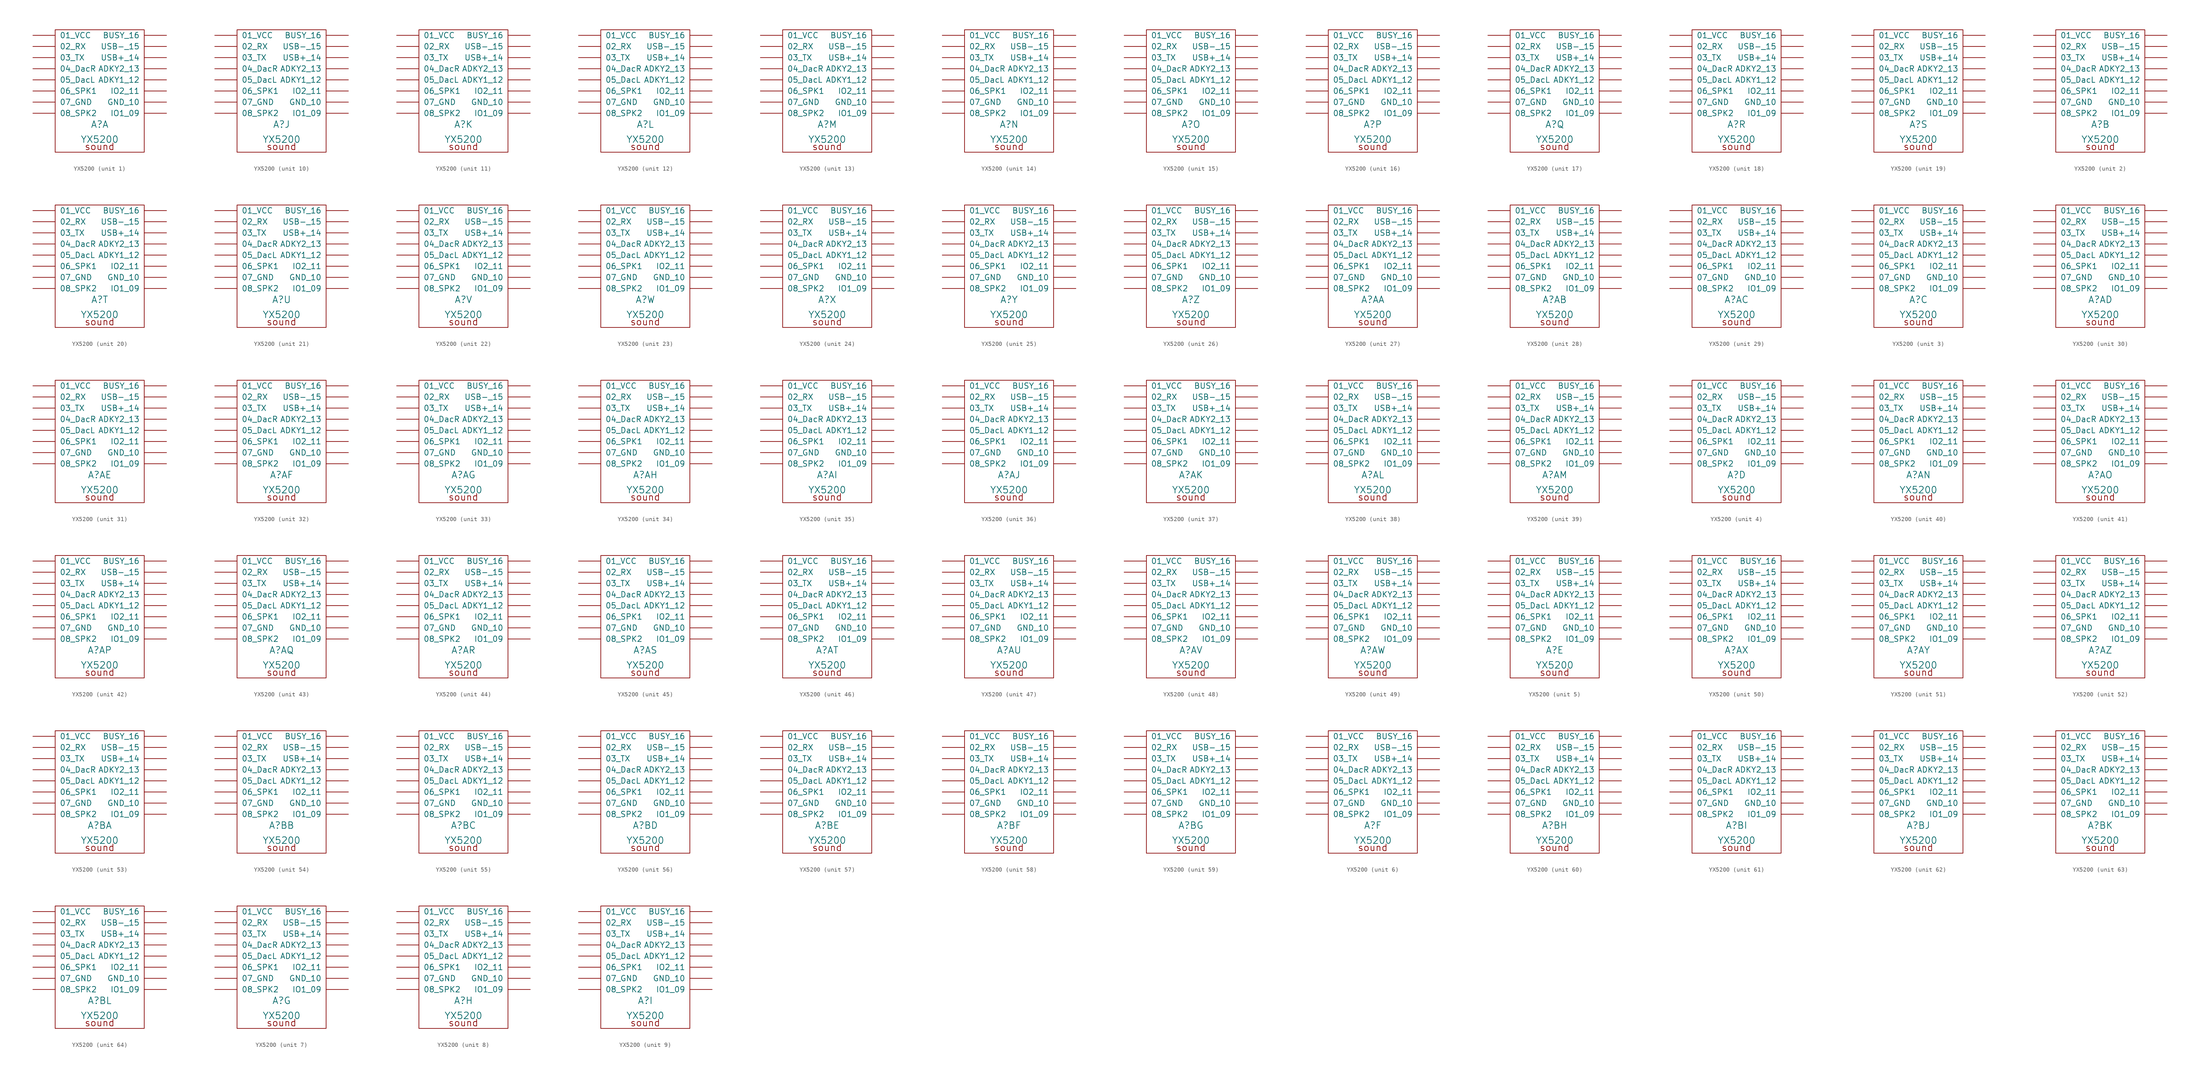
<source format=kicad_sym>
(kicad_symbol_lib
  (version 20220914)
  (generator kicad_symbol_editor)
  (symbol "YX5200"
    (pin_names
      (offset 1.016))
    (property "Reference" "A"
      (at 0 -2.54 0)
      (effects (font (size 1.524 1.524))))
    (property "Value" "YX5200"
      (at 0 -5.08 0)
      (effects (font (size 1.524 1.524)) (justify top)))
    (property "Footprint" ""
      (at 0 0 0)
      (effects (font (size 1.524 1.524))))
    (property "Datasheet" ""
      (at 0 0 0)
      (effects (font (size 1.524 1.524))))
    (symbol "YX5200_0_0"
      (rectangle (start -10.16 19.05) (end 10.16 -8.89) (stroke (width 0) (type solid)) (fill (type none)))
      (text "sound" (at 0 -7.62 0) (effects (font (size 1.524 1.524)))))
    (symbol "YX5200_1_1"
      (pin input line (at -15.24 17.78 0) (length 5.08) (name "01_VCC" (effects (font (size 1.27 1.27)))) (number "~" (effects (font (size 1.27 1.27)))))
      (pin input line (at -15.24 15.24 0) (length 5.08) (name "02_RX" (effects (font (size 1.27 1.27)))) (number "~" (effects (font (size 1.27 1.27)))))
      (pin input line (at -15.24 12.7 0) (length 5.08) (name "03_TX" (effects (font (size 1.27 1.27)))) (number "~" (effects (font (size 1.27 1.27)))))
      (pin input line (at -15.24 10.16 0) (length 5.08) (name "04_DacR" (effects (font (size 1.27 1.27)))) (number "~" (effects (font (size 1.27 1.27)))))
      (pin input line (at -15.24 7.62 0) (length 5.08) (name "05_DacL" (effects (font (size 1.27 1.27)))) (number "~" (effects (font (size 1.27 1.27)))))
      (pin input line (at -15.24 5.08 0) (length 5.08) (name "06_SPK1" (effects (font (size 1.27 1.27)))) (number "~" (effects (font (size 1.27 1.27)))))
      (pin input line (at -15.24 2.54 0) (length 5.08) (name "07_GND" (effects (font (size 1.27 1.27)))) (number "~" (effects (font (size 1.27 1.27)))))
      (pin input line (at -15.24 0 0) (length 5.08) (name "08_SPK2" (effects (font (size 1.27 1.27)))) (number "~" (effects (font (size 1.27 1.27)))))
      (pin input line (at 15.24 7.62 180) (length 5.08) (name "ADKY1_12" (effects (font (size 1.27 1.27)))) (number "~" (effects (font (size 1.27 1.27)))))
      (pin input line (at 15.24 10.16 180) (length 5.08) (name "ADKY2_13" (effects (font (size 1.27 1.27)))) (number "~" (effects (font (size 1.27 1.27)))))
      (pin input line (at 15.24 17.78 180) (length 5.08) (name "BUSY_16" (effects (font (size 1.27 1.27)))) (number "~" (effects (font (size 1.27 1.27)))))
      (pin input line (at 15.24 2.54 180) (length 5.08) (name "GND_10" (effects (font (size 1.27 1.27)))) (number "~" (effects (font (size 1.27 1.27)))))
      (pin input line (at 15.24 0 180) (length 5.08) (name "IO1_09" (effects (font (size 1.27 1.27)))) (number "~" (effects (font (size 1.27 1.27)))))
      (pin input line (at 15.24 5.08 180) (length 5.08) (name "IO2_11" (effects (font (size 1.27 1.27)))) (number "~" (effects (font (size 1.27 1.27)))))
      (pin input line (at 15.24 12.7 180) (length 5.08) (name "USB+_14" (effects (font (size 1.27 1.27)))) (number "~" (effects (font (size 1.27 1.27)))))
      (pin input line (at 15.24 15.24 180) (length 5.08) (name "USB-_15" (effects (font (size 1.27 1.27)))) (number "~" (effects (font (size 1.27 1.27))))))
    (symbol "YX5200_2_1"
      (pin input line (at -15.24 17.78 0) (length 5.08) (name "01_VCC" (effects (font (size 1.27 1.27)))) (number "~" (effects (font (size 1.27 1.27)))))
      (pin input line (at -15.24 15.24 0) (length 5.08) (name "02_RX" (effects (font (size 1.27 1.27)))) (number "~" (effects (font (size 1.27 1.27)))))
      (pin input line (at -15.24 12.7 0) (length 5.08) (name "03_TX" (effects (font (size 1.27 1.27)))) (number "~" (effects (font (size 1.27 1.27)))))
      (pin input line (at -15.24 10.16 0) (length 5.08) (name "04_DacR" (effects (font (size 1.27 1.27)))) (number "~" (effects (font (size 1.27 1.27)))))
      (pin input line (at -15.24 7.62 0) (length 5.08) (name "05_DacL" (effects (font (size 1.27 1.27)))) (number "~" (effects (font (size 1.27 1.27)))))
      (pin input line (at -15.24 5.08 0) (length 5.08) (name "06_SPK1" (effects (font (size 1.27 1.27)))) (number "~" (effects (font (size 1.27 1.27)))))
      (pin input line (at -15.24 2.54 0) (length 5.08) (name "07_GND" (effects (font (size 1.27 1.27)))) (number "~" (effects (font (size 1.27 1.27)))))
      (pin input line (at -15.24 0 0) (length 5.08) (name "08_SPK2" (effects (font (size 1.27 1.27)))) (number "~" (effects (font (size 1.27 1.27)))))
      (pin input line (at 15.24 7.62 180) (length 5.08) (name "ADKY1_12" (effects (font (size 1.27 1.27)))) (number "~" (effects (font (size 1.27 1.27)))))
      (pin input line (at 15.24 10.16 180) (length 5.08) (name "ADKY2_13" (effects (font (size 1.27 1.27)))) (number "~" (effects (font (size 1.27 1.27)))))
      (pin input line (at 15.24 17.78 180) (length 5.08) (name "BUSY_16" (effects (font (size 1.27 1.27)))) (number "~" (effects (font (size 1.27 1.27)))))
      (pin input line (at 15.24 2.54 180) (length 5.08) (name "GND_10" (effects (font (size 1.27 1.27)))) (number "~" (effects (font (size 1.27 1.27)))))
      (pin input line (at 15.24 0 180) (length 5.08) (name "IO1_09" (effects (font (size 1.27 1.27)))) (number "~" (effects (font (size 1.27 1.27)))))
      (pin input line (at 15.24 5.08 180) (length 5.08) (name "IO2_11" (effects (font (size 1.27 1.27)))) (number "~" (effects (font (size 1.27 1.27)))))
      (pin input line (at 15.24 12.7 180) (length 5.08) (name "USB+_14" (effects (font (size 1.27 1.27)))) (number "~" (effects (font (size 1.27 1.27)))))
      (pin input line (at 15.24 15.24 180) (length 5.08) (name "USB-_15" (effects (font (size 1.27 1.27)))) (number "~" (effects (font (size 1.27 1.27))))))
    (symbol "YX5200_3_1"
      (pin input line (at -15.24 17.78 0) (length 5.08) (name "01_VCC" (effects (font (size 1.27 1.27)))) (number "~" (effects (font (size 1.27 1.27)))))
      (pin input line (at -15.24 15.24 0) (length 5.08) (name "02_RX" (effects (font (size 1.27 1.27)))) (number "~" (effects (font (size 1.27 1.27)))))
      (pin input line (at -15.24 12.7 0) (length 5.08) (name "03_TX" (effects (font (size 1.27 1.27)))) (number "~" (effects (font (size 1.27 1.27)))))
      (pin input line (at -15.24 10.16 0) (length 5.08) (name "04_DacR" (effects (font (size 1.27 1.27)))) (number "~" (effects (font (size 1.27 1.27)))))
      (pin input line (at -15.24 7.62 0) (length 5.08) (name "05_DacL" (effects (font (size 1.27 1.27)))) (number "~" (effects (font (size 1.27 1.27)))))
      (pin input line (at -15.24 5.08 0) (length 5.08) (name "06_SPK1" (effects (font (size 1.27 1.27)))) (number "~" (effects (font (size 1.27 1.27)))))
      (pin input line (at -15.24 2.54 0) (length 5.08) (name "07_GND" (effects (font (size 1.27 1.27)))) (number "~" (effects (font (size 1.27 1.27)))))
      (pin input line (at -15.24 0 0) (length 5.08) (name "08_SPK2" (effects (font (size 1.27 1.27)))) (number "~" (effects (font (size 1.27 1.27)))))
      (pin input line (at 15.24 7.62 180) (length 5.08) (name "ADKY1_12" (effects (font (size 1.27 1.27)))) (number "~" (effects (font (size 1.27 1.27)))))
      (pin input line (at 15.24 10.16 180) (length 5.08) (name "ADKY2_13" (effects (font (size 1.27 1.27)))) (number "~" (effects (font (size 1.27 1.27)))))
      (pin input line (at 15.24 17.78 180) (length 5.08) (name "BUSY_16" (effects (font (size 1.27 1.27)))) (number "~" (effects (font (size 1.27 1.27)))))
      (pin input line (at 15.24 2.54 180) (length 5.08) (name "GND_10" (effects (font (size 1.27 1.27)))) (number "~" (effects (font (size 1.27 1.27)))))
      (pin input line (at 15.24 0 180) (length 5.08) (name "IO1_09" (effects (font (size 1.27 1.27)))) (number "~" (effects (font (size 1.27 1.27)))))
      (pin input line (at 15.24 5.08 180) (length 5.08) (name "IO2_11" (effects (font (size 1.27 1.27)))) (number "~" (effects (font (size 1.27 1.27)))))
      (pin input line (at 15.24 12.7 180) (length 5.08) (name "USB+_14" (effects (font (size 1.27 1.27)))) (number "~" (effects (font (size 1.27 1.27)))))
      (pin input line (at 15.24 15.24 180) (length 5.08) (name "USB-_15" (effects (font (size 1.27 1.27)))) (number "~" (effects (font (size 1.27 1.27))))))
    (symbol "YX5200_4_1"
      (pin input line (at -15.24 17.78 0) (length 5.08) (name "01_VCC" (effects (font (size 1.27 1.27)))) (number "~" (effects (font (size 1.27 1.27)))))
      (pin input line (at -15.24 15.24 0) (length 5.08) (name "02_RX" (effects (font (size 1.27 1.27)))) (number "~" (effects (font (size 1.27 1.27)))))
      (pin input line (at -15.24 12.7 0) (length 5.08) (name "03_TX" (effects (font (size 1.27 1.27)))) (number "~" (effects (font (size 1.27 1.27)))))
      (pin input line (at -15.24 10.16 0) (length 5.08) (name "04_DacR" (effects (font (size 1.27 1.27)))) (number "~" (effects (font (size 1.27 1.27)))))
      (pin input line (at -15.24 7.62 0) (length 5.08) (name "05_DacL" (effects (font (size 1.27 1.27)))) (number "~" (effects (font (size 1.27 1.27)))))
      (pin input line (at -15.24 5.08 0) (length 5.08) (name "06_SPK1" (effects (font (size 1.27 1.27)))) (number "~" (effects (font (size 1.27 1.27)))))
      (pin input line (at -15.24 2.54 0) (length 5.08) (name "07_GND" (effects (font (size 1.27 1.27)))) (number "~" (effects (font (size 1.27 1.27)))))
      (pin input line (at -15.24 0 0) (length 5.08) (name "08_SPK2" (effects (font (size 1.27 1.27)))) (number "~" (effects (font (size 1.27 1.27)))))
      (pin input line (at 15.24 7.62 180) (length 5.08) (name "ADKY1_12" (effects (font (size 1.27 1.27)))) (number "~" (effects (font (size 1.27 1.27)))))
      (pin input line (at 15.24 10.16 180) (length 5.08) (name "ADKY2_13" (effects (font (size 1.27 1.27)))) (number "~" (effects (font (size 1.27 1.27)))))
      (pin input line (at 15.24 17.78 180) (length 5.08) (name "BUSY_16" (effects (font (size 1.27 1.27)))) (number "~" (effects (font (size 1.27 1.27)))))
      (pin input line (at 15.24 2.54 180) (length 5.08) (name "GND_10" (effects (font (size 1.27 1.27)))) (number "~" (effects (font (size 1.27 1.27)))))
      (pin input line (at 15.24 0 180) (length 5.08) (name "IO1_09" (effects (font (size 1.27 1.27)))) (number "~" (effects (font (size 1.27 1.27)))))
      (pin input line (at 15.24 5.08 180) (length 5.08) (name "IO2_11" (effects (font (size 1.27 1.27)))) (number "~" (effects (font (size 1.27 1.27)))))
      (pin input line (at 15.24 12.7 180) (length 5.08) (name "USB+_14" (effects (font (size 1.27 1.27)))) (number "~" (effects (font (size 1.27 1.27)))))
      (pin input line (at 15.24 15.24 180) (length 5.08) (name "USB-_15" (effects (font (size 1.27 1.27)))) (number "~" (effects (font (size 1.27 1.27))))))
    (symbol "YX5200_5_1"
      (pin input line (at -15.24 17.78 0) (length 5.08) (name "01_VCC" (effects (font (size 1.27 1.27)))) (number "~" (effects (font (size 1.27 1.27)))))
      (pin input line (at -15.24 15.24 0) (length 5.08) (name "02_RX" (effects (font (size 1.27 1.27)))) (number "~" (effects (font (size 1.27 1.27)))))
      (pin input line (at -15.24 12.7 0) (length 5.08) (name "03_TX" (effects (font (size 1.27 1.27)))) (number "~" (effects (font (size 1.27 1.27)))))
      (pin input line (at -15.24 10.16 0) (length 5.08) (name "04_DacR" (effects (font (size 1.27 1.27)))) (number "~" (effects (font (size 1.27 1.27)))))
      (pin input line (at -15.24 7.62 0) (length 5.08) (name "05_DacL" (effects (font (size 1.27 1.27)))) (number "~" (effects (font (size 1.27 1.27)))))
      (pin input line (at -15.24 5.08 0) (length 5.08) (name "06_SPK1" (effects (font (size 1.27 1.27)))) (number "~" (effects (font (size 1.27 1.27)))))
      (pin input line (at -15.24 2.54 0) (length 5.08) (name "07_GND" (effects (font (size 1.27 1.27)))) (number "~" (effects (font (size 1.27 1.27)))))
      (pin input line (at -15.24 0 0) (length 5.08) (name "08_SPK2" (effects (font (size 1.27 1.27)))) (number "~" (effects (font (size 1.27 1.27)))))
      (pin input line (at 15.24 7.62 180) (length 5.08) (name "ADKY1_12" (effects (font (size 1.27 1.27)))) (number "~" (effects (font (size 1.27 1.27)))))
      (pin input line (at 15.24 10.16 180) (length 5.08) (name "ADKY2_13" (effects (font (size 1.27 1.27)))) (number "~" (effects (font (size 1.27 1.27)))))
      (pin input line (at 15.24 17.78 180) (length 5.08) (name "BUSY_16" (effects (font (size 1.27 1.27)))) (number "~" (effects (font (size 1.27 1.27)))))
      (pin input line (at 15.24 2.54 180) (length 5.08) (name "GND_10" (effects (font (size 1.27 1.27)))) (number "~" (effects (font (size 1.27 1.27)))))
      (pin input line (at 15.24 0 180) (length 5.08) (name "IO1_09" (effects (font (size 1.27 1.27)))) (number "~" (effects (font (size 1.27 1.27)))))
      (pin input line (at 15.24 5.08 180) (length 5.08) (name "IO2_11" (effects (font (size 1.27 1.27)))) (number "~" (effects (font (size 1.27 1.27)))))
      (pin input line (at 15.24 12.7 180) (length 5.08) (name "USB+_14" (effects (font (size 1.27 1.27)))) (number "~" (effects (font (size 1.27 1.27)))))
      (pin input line (at 15.24 15.24 180) (length 5.08) (name "USB-_15" (effects (font (size 1.27 1.27)))) (number "~" (effects (font (size 1.27 1.27))))))
    (symbol "YX5200_6_1"
      (pin input line (at -15.24 17.78 0) (length 5.08) (name "01_VCC" (effects (font (size 1.27 1.27)))) (number "~" (effects (font (size 1.27 1.27)))))
      (pin input line (at -15.24 15.24 0) (length 5.08) (name "02_RX" (effects (font (size 1.27 1.27)))) (number "~" (effects (font (size 1.27 1.27)))))
      (pin input line (at -15.24 12.7 0) (length 5.08) (name "03_TX" (effects (font (size 1.27 1.27)))) (number "~" (effects (font (size 1.27 1.27)))))
      (pin input line (at -15.24 10.16 0) (length 5.08) (name "04_DacR" (effects (font (size 1.27 1.27)))) (number "~" (effects (font (size 1.27 1.27)))))
      (pin input line (at -15.24 7.62 0) (length 5.08) (name "05_DacL" (effects (font (size 1.27 1.27)))) (number "~" (effects (font (size 1.27 1.27)))))
      (pin input line (at -15.24 5.08 0) (length 5.08) (name "06_SPK1" (effects (font (size 1.27 1.27)))) (number "~" (effects (font (size 1.27 1.27)))))
      (pin input line (at -15.24 2.54 0) (length 5.08) (name "07_GND" (effects (font (size 1.27 1.27)))) (number "~" (effects (font (size 1.27 1.27)))))
      (pin input line (at -15.24 0 0) (length 5.08) (name "08_SPK2" (effects (font (size 1.27 1.27)))) (number "~" (effects (font (size 1.27 1.27)))))
      (pin input line (at 15.24 7.62 180) (length 5.08) (name "ADKY1_12" (effects (font (size 1.27 1.27)))) (number "~" (effects (font (size 1.27 1.27)))))
      (pin input line (at 15.24 10.16 180) (length 5.08) (name "ADKY2_13" (effects (font (size 1.27 1.27)))) (number "~" (effects (font (size 1.27 1.27)))))
      (pin input line (at 15.24 17.78 180) (length 5.08) (name "BUSY_16" (effects (font (size 1.27 1.27)))) (number "~" (effects (font (size 1.27 1.27)))))
      (pin input line (at 15.24 2.54 180) (length 5.08) (name "GND_10" (effects (font (size 1.27 1.27)))) (number "~" (effects (font (size 1.27 1.27)))))
      (pin input line (at 15.24 0 180) (length 5.08) (name "IO1_09" (effects (font (size 1.27 1.27)))) (number "~" (effects (font (size 1.27 1.27)))))
      (pin input line (at 15.24 5.08 180) (length 5.08) (name "IO2_11" (effects (font (size 1.27 1.27)))) (number "~" (effects (font (size 1.27 1.27)))))
      (pin input line (at 15.24 12.7 180) (length 5.08) (name "USB+_14" (effects (font (size 1.27 1.27)))) (number "~" (effects (font (size 1.27 1.27)))))
      (pin input line (at 15.24 15.24 180) (length 5.08) (name "USB-_15" (effects (font (size 1.27 1.27)))) (number "~" (effects (font (size 1.27 1.27))))))
    (symbol "YX5200_7_1"
      (pin input line (at -15.24 17.78 0) (length 5.08) (name "01_VCC" (effects (font (size 1.27 1.27)))) (number "~" (effects (font (size 1.27 1.27)))))
      (pin input line (at -15.24 15.24 0) (length 5.08) (name "02_RX" (effects (font (size 1.27 1.27)))) (number "~" (effects (font (size 1.27 1.27)))))
      (pin input line (at -15.24 12.7 0) (length 5.08) (name "03_TX" (effects (font (size 1.27 1.27)))) (number "~" (effects (font (size 1.27 1.27)))))
      (pin input line (at -15.24 10.16 0) (length 5.08) (name "04_DacR" (effects (font (size 1.27 1.27)))) (number "~" (effects (font (size 1.27 1.27)))))
      (pin input line (at -15.24 7.62 0) (length 5.08) (name "05_DacL" (effects (font (size 1.27 1.27)))) (number "~" (effects (font (size 1.27 1.27)))))
      (pin input line (at -15.24 5.08 0) (length 5.08) (name "06_SPK1" (effects (font (size 1.27 1.27)))) (number "~" (effects (font (size 1.27 1.27)))))
      (pin input line (at -15.24 2.54 0) (length 5.08) (name "07_GND" (effects (font (size 1.27 1.27)))) (number "~" (effects (font (size 1.27 1.27)))))
      (pin input line (at -15.24 0 0) (length 5.08) (name "08_SPK2" (effects (font (size 1.27 1.27)))) (number "~" (effects (font (size 1.27 1.27)))))
      (pin input line (at 15.24 7.62 180) (length 5.08) (name "ADKY1_12" (effects (font (size 1.27 1.27)))) (number "~" (effects (font (size 1.27 1.27)))))
      (pin input line (at 15.24 10.16 180) (length 5.08) (name "ADKY2_13" (effects (font (size 1.27 1.27)))) (number "~" (effects (font (size 1.27 1.27)))))
      (pin input line (at 15.24 17.78 180) (length 5.08) (name "BUSY_16" (effects (font (size 1.27 1.27)))) (number "~" (effects (font (size 1.27 1.27)))))
      (pin input line (at 15.24 2.54 180) (length 5.08) (name "GND_10" (effects (font (size 1.27 1.27)))) (number "~" (effects (font (size 1.27 1.27)))))
      (pin input line (at 15.24 0 180) (length 5.08) (name "IO1_09" (effects (font (size 1.27 1.27)))) (number "~" (effects (font (size 1.27 1.27)))))
      (pin input line (at 15.24 5.08 180) (length 5.08) (name "IO2_11" (effects (font (size 1.27 1.27)))) (number "~" (effects (font (size 1.27 1.27)))))
      (pin input line (at 15.24 12.7 180) (length 5.08) (name "USB+_14" (effects (font (size 1.27 1.27)))) (number "~" (effects (font (size 1.27 1.27)))))
      (pin input line (at 15.24 15.24 180) (length 5.08) (name "USB-_15" (effects (font (size 1.27 1.27)))) (number "~" (effects (font (size 1.27 1.27))))))
    (symbol "YX5200_8_1"
      (pin input line (at -15.24 17.78 0) (length 5.08) (name "01_VCC" (effects (font (size 1.27 1.27)))) (number "~" (effects (font (size 1.27 1.27)))))
      (pin input line (at -15.24 15.24 0) (length 5.08) (name "02_RX" (effects (font (size 1.27 1.27)))) (number "~" (effects (font (size 1.27 1.27)))))
      (pin input line (at -15.24 12.7 0) (length 5.08) (name "03_TX" (effects (font (size 1.27 1.27)))) (number "~" (effects (font (size 1.27 1.27)))))
      (pin input line (at -15.24 10.16 0) (length 5.08) (name "04_DacR" (effects (font (size 1.27 1.27)))) (number "~" (effects (font (size 1.27 1.27)))))
      (pin input line (at -15.24 7.62 0) (length 5.08) (name "05_DacL" (effects (font (size 1.27 1.27)))) (number "~" (effects (font (size 1.27 1.27)))))
      (pin input line (at -15.24 5.08 0) (length 5.08) (name "06_SPK1" (effects (font (size 1.27 1.27)))) (number "~" (effects (font (size 1.27 1.27)))))
      (pin input line (at -15.24 2.54 0) (length 5.08) (name "07_GND" (effects (font (size 1.27 1.27)))) (number "~" (effects (font (size 1.27 1.27)))))
      (pin input line (at -15.24 0 0) (length 5.08) (name "08_SPK2" (effects (font (size 1.27 1.27)))) (number "~" (effects (font (size 1.27 1.27)))))
      (pin input line (at 15.24 7.62 180) (length 5.08) (name "ADKY1_12" (effects (font (size 1.27 1.27)))) (number "~" (effects (font (size 1.27 1.27)))))
      (pin input line (at 15.24 10.16 180) (length 5.08) (name "ADKY2_13" (effects (font (size 1.27 1.27)))) (number "~" (effects (font (size 1.27 1.27)))))
      (pin input line (at 15.24 17.78 180) (length 5.08) (name "BUSY_16" (effects (font (size 1.27 1.27)))) (number "~" (effects (font (size 1.27 1.27)))))
      (pin input line (at 15.24 2.54 180) (length 5.08) (name "GND_10" (effects (font (size 1.27 1.27)))) (number "~" (effects (font (size 1.27 1.27)))))
      (pin input line (at 15.24 0 180) (length 5.08) (name "IO1_09" (effects (font (size 1.27 1.27)))) (number "~" (effects (font (size 1.27 1.27)))))
      (pin input line (at 15.24 5.08 180) (length 5.08) (name "IO2_11" (effects (font (size 1.27 1.27)))) (number "~" (effects (font (size 1.27 1.27)))))
      (pin input line (at 15.24 12.7 180) (length 5.08) (name "USB+_14" (effects (font (size 1.27 1.27)))) (number "~" (effects (font (size 1.27 1.27)))))
      (pin input line (at 15.24 15.24 180) (length 5.08) (name "USB-_15" (effects (font (size 1.27 1.27)))) (number "~" (effects (font (size 1.27 1.27))))))
    (symbol "YX5200_9_1"
      (pin input line (at -15.24 17.78 0) (length 5.08) (name "01_VCC" (effects (font (size 1.27 1.27)))) (number "~" (effects (font (size 1.27 1.27)))))
      (pin input line (at -15.24 15.24 0) (length 5.08) (name "02_RX" (effects (font (size 1.27 1.27)))) (number "~" (effects (font (size 1.27 1.27)))))
      (pin input line (at -15.24 12.7 0) (length 5.08) (name "03_TX" (effects (font (size 1.27 1.27)))) (number "~" (effects (font (size 1.27 1.27)))))
      (pin input line (at -15.24 10.16 0) (length 5.08) (name "04_DacR" (effects (font (size 1.27 1.27)))) (number "~" (effects (font (size 1.27 1.27)))))
      (pin input line (at -15.24 7.62 0) (length 5.08) (name "05_DacL" (effects (font (size 1.27 1.27)))) (number "~" (effects (font (size 1.27 1.27)))))
      (pin input line (at -15.24 5.08 0) (length 5.08) (name "06_SPK1" (effects (font (size 1.27 1.27)))) (number "~" (effects (font (size 1.27 1.27)))))
      (pin input line (at -15.24 2.54 0) (length 5.08) (name "07_GND" (effects (font (size 1.27 1.27)))) (number "~" (effects (font (size 1.27 1.27)))))
      (pin input line (at -15.24 0 0) (length 5.08) (name "08_SPK2" (effects (font (size 1.27 1.27)))) (number "~" (effects (font (size 1.27 1.27)))))
      (pin input line (at 15.24 7.62 180) (length 5.08) (name "ADKY1_12" (effects (font (size 1.27 1.27)))) (number "~" (effects (font (size 1.27 1.27)))))
      (pin input line (at 15.24 10.16 180) (length 5.08) (name "ADKY2_13" (effects (font (size 1.27 1.27)))) (number "~" (effects (font (size 1.27 1.27)))))
      (pin input line (at 15.24 17.78 180) (length 5.08) (name "BUSY_16" (effects (font (size 1.27 1.27)))) (number "~" (effects (font (size 1.27 1.27)))))
      (pin input line (at 15.24 2.54 180) (length 5.08) (name "GND_10" (effects (font (size 1.27 1.27)))) (number "~" (effects (font (size 1.27 1.27)))))
      (pin input line (at 15.24 0 180) (length 5.08) (name "IO1_09" (effects (font (size 1.27 1.27)))) (number "~" (effects (font (size 1.27 1.27)))))
      (pin input line (at 15.24 5.08 180) (length 5.08) (name "IO2_11" (effects (font (size 1.27 1.27)))) (number "~" (effects (font (size 1.27 1.27)))))
      (pin input line (at 15.24 12.7 180) (length 5.08) (name "USB+_14" (effects (font (size 1.27 1.27)))) (number "~" (effects (font (size 1.27 1.27)))))
      (pin input line (at 15.24 15.24 180) (length 5.08) (name "USB-_15" (effects (font (size 1.27 1.27)))) (number "~" (effects (font (size 1.27 1.27))))))
    (symbol "YX5200_10_1"
      (pin input line (at -15.24 17.78 0) (length 5.08) (name "01_VCC" (effects (font (size 1.27 1.27)))) (number "~" (effects (font (size 1.27 1.27)))))
      (pin input line (at -15.24 15.24 0) (length 5.08) (name "02_RX" (effects (font (size 1.27 1.27)))) (number "~" (effects (font (size 1.27 1.27)))))
      (pin input line (at -15.24 12.7 0) (length 5.08) (name "03_TX" (effects (font (size 1.27 1.27)))) (number "~" (effects (font (size 1.27 1.27)))))
      (pin input line (at -15.24 10.16 0) (length 5.08) (name "04_DacR" (effects (font (size 1.27 1.27)))) (number "~" (effects (font (size 1.27 1.27)))))
      (pin input line (at -15.24 7.62 0) (length 5.08) (name "05_DacL" (effects (font (size 1.27 1.27)))) (number "~" (effects (font (size 1.27 1.27)))))
      (pin input line (at -15.24 5.08 0) (length 5.08) (name "06_SPK1" (effects (font (size 1.27 1.27)))) (number "~" (effects (font (size 1.27 1.27)))))
      (pin input line (at -15.24 2.54 0) (length 5.08) (name "07_GND" (effects (font (size 1.27 1.27)))) (number "~" (effects (font (size 1.27 1.27)))))
      (pin input line (at -15.24 0 0) (length 5.08) (name "08_SPK2" (effects (font (size 1.27 1.27)))) (number "~" (effects (font (size 1.27 1.27)))))
      (pin input line (at 15.24 7.62 180) (length 5.08) (name "ADKY1_12" (effects (font (size 1.27 1.27)))) (number "~" (effects (font (size 1.27 1.27)))))
      (pin input line (at 15.24 10.16 180) (length 5.08) (name "ADKY2_13" (effects (font (size 1.27 1.27)))) (number "~" (effects (font (size 1.27 1.27)))))
      (pin input line (at 15.24 17.78 180) (length 5.08) (name "BUSY_16" (effects (font (size 1.27 1.27)))) (number "~" (effects (font (size 1.27 1.27)))))
      (pin input line (at 15.24 2.54 180) (length 5.08) (name "GND_10" (effects (font (size 1.27 1.27)))) (number "~" (effects (font (size 1.27 1.27)))))
      (pin input line (at 15.24 0 180) (length 5.08) (name "IO1_09" (effects (font (size 1.27 1.27)))) (number "~" (effects (font (size 1.27 1.27)))))
      (pin input line (at 15.24 5.08 180) (length 5.08) (name "IO2_11" (effects (font (size 1.27 1.27)))) (number "~" (effects (font (size 1.27 1.27)))))
      (pin input line (at 15.24 12.7 180) (length 5.08) (name "USB+_14" (effects (font (size 1.27 1.27)))) (number "~" (effects (font (size 1.27 1.27)))))
      (pin input line (at 15.24 15.24 180) (length 5.08) (name "USB-_15" (effects (font (size 1.27 1.27)))) (number "~" (effects (font (size 1.27 1.27))))))
    (symbol "YX5200_11_1"
      (pin input line (at -15.24 17.78 0) (length 5.08) (name "01_VCC" (effects (font (size 1.27 1.27)))) (number "~" (effects (font (size 1.27 1.27)))))
      (pin input line (at -15.24 15.24 0) (length 5.08) (name "02_RX" (effects (font (size 1.27 1.27)))) (number "~" (effects (font (size 1.27 1.27)))))
      (pin input line (at -15.24 12.7 0) (length 5.08) (name "03_TX" (effects (font (size 1.27 1.27)))) (number "~" (effects (font (size 1.27 1.27)))))
      (pin input line (at -15.24 10.16 0) (length 5.08) (name "04_DacR" (effects (font (size 1.27 1.27)))) (number "~" (effects (font (size 1.27 1.27)))))
      (pin input line (at -15.24 7.62 0) (length 5.08) (name "05_DacL" (effects (font (size 1.27 1.27)))) (number "~" (effects (font (size 1.27 1.27)))))
      (pin input line (at -15.24 5.08 0) (length 5.08) (name "06_SPK1" (effects (font (size 1.27 1.27)))) (number "~" (effects (font (size 1.27 1.27)))))
      (pin input line (at -15.24 2.54 0) (length 5.08) (name "07_GND" (effects (font (size 1.27 1.27)))) (number "~" (effects (font (size 1.27 1.27)))))
      (pin input line (at -15.24 0 0) (length 5.08) (name "08_SPK2" (effects (font (size 1.27 1.27)))) (number "~" (effects (font (size 1.27 1.27)))))
      (pin input line (at 15.24 7.62 180) (length 5.08) (name "ADKY1_12" (effects (font (size 1.27 1.27)))) (number "~" (effects (font (size 1.27 1.27)))))
      (pin input line (at 15.24 10.16 180) (length 5.08) (name "ADKY2_13" (effects (font (size 1.27 1.27)))) (number "~" (effects (font (size 1.27 1.27)))))
      (pin input line (at 15.24 17.78 180) (length 5.08) (name "BUSY_16" (effects (font (size 1.27 1.27)))) (number "~" (effects (font (size 1.27 1.27)))))
      (pin input line (at 15.24 2.54 180) (length 5.08) (name "GND_10" (effects (font (size 1.27 1.27)))) (number "~" (effects (font (size 1.27 1.27)))))
      (pin input line (at 15.24 0 180) (length 5.08) (name "IO1_09" (effects (font (size 1.27 1.27)))) (number "~" (effects (font (size 1.27 1.27)))))
      (pin input line (at 15.24 5.08 180) (length 5.08) (name "IO2_11" (effects (font (size 1.27 1.27)))) (number "~" (effects (font (size 1.27 1.27)))))
      (pin input line (at 15.24 12.7 180) (length 5.08) (name "USB+_14" (effects (font (size 1.27 1.27)))) (number "~" (effects (font (size 1.27 1.27)))))
      (pin input line (at 15.24 15.24 180) (length 5.08) (name "USB-_15" (effects (font (size 1.27 1.27)))) (number "~" (effects (font (size 1.27 1.27))))))
    (symbol "YX5200_12_1"
      (pin input line (at -15.24 17.78 0) (length 5.08) (name "01_VCC" (effects (font (size 1.27 1.27)))) (number "~" (effects (font (size 1.27 1.27)))))
      (pin input line (at -15.24 15.24 0) (length 5.08) (name "02_RX" (effects (font (size 1.27 1.27)))) (number "~" (effects (font (size 1.27 1.27)))))
      (pin input line (at -15.24 12.7 0) (length 5.08) (name "03_TX" (effects (font (size 1.27 1.27)))) (number "~" (effects (font (size 1.27 1.27)))))
      (pin input line (at -15.24 10.16 0) (length 5.08) (name "04_DacR" (effects (font (size 1.27 1.27)))) (number "~" (effects (font (size 1.27 1.27)))))
      (pin input line (at -15.24 7.62 0) (length 5.08) (name "05_DacL" (effects (font (size 1.27 1.27)))) (number "~" (effects (font (size 1.27 1.27)))))
      (pin input line (at -15.24 5.08 0) (length 5.08) (name "06_SPK1" (effects (font (size 1.27 1.27)))) (number "~" (effects (font (size 1.27 1.27)))))
      (pin input line (at -15.24 2.54 0) (length 5.08) (name "07_GND" (effects (font (size 1.27 1.27)))) (number "~" (effects (font (size 1.27 1.27)))))
      (pin input line (at -15.24 0 0) (length 5.08) (name "08_SPK2" (effects (font (size 1.27 1.27)))) (number "~" (effects (font (size 1.27 1.27)))))
      (pin input line (at 15.24 7.62 180) (length 5.08) (name "ADKY1_12" (effects (font (size 1.27 1.27)))) (number "~" (effects (font (size 1.27 1.27)))))
      (pin input line (at 15.24 10.16 180) (length 5.08) (name "ADKY2_13" (effects (font (size 1.27 1.27)))) (number "~" (effects (font (size 1.27 1.27)))))
      (pin input line (at 15.24 17.78 180) (length 5.08) (name "BUSY_16" (effects (font (size 1.27 1.27)))) (number "~" (effects (font (size 1.27 1.27)))))
      (pin input line (at 15.24 2.54 180) (length 5.08) (name "GND_10" (effects (font (size 1.27 1.27)))) (number "~" (effects (font (size 1.27 1.27)))))
      (pin input line (at 15.24 0 180) (length 5.08) (name "IO1_09" (effects (font (size 1.27 1.27)))) (number "~" (effects (font (size 1.27 1.27)))))
      (pin input line (at 15.24 5.08 180) (length 5.08) (name "IO2_11" (effects (font (size 1.27 1.27)))) (number "~" (effects (font (size 1.27 1.27)))))
      (pin input line (at 15.24 12.7 180) (length 5.08) (name "USB+_14" (effects (font (size 1.27 1.27)))) (number "~" (effects (font (size 1.27 1.27)))))
      (pin input line (at 15.24 15.24 180) (length 5.08) (name "USB-_15" (effects (font (size 1.27 1.27)))) (number "~" (effects (font (size 1.27 1.27))))))
    (symbol "YX5200_13_1"
      (pin input line (at -15.24 17.78 0) (length 5.08) (name "01_VCC" (effects (font (size 1.27 1.27)))) (number "~" (effects (font (size 1.27 1.27)))))
      (pin input line (at -15.24 15.24 0) (length 5.08) (name "02_RX" (effects (font (size 1.27 1.27)))) (number "~" (effects (font (size 1.27 1.27)))))
      (pin input line (at -15.24 12.7 0) (length 5.08) (name "03_TX" (effects (font (size 1.27 1.27)))) (number "~" (effects (font (size 1.27 1.27)))))
      (pin input line (at -15.24 10.16 0) (length 5.08) (name "04_DacR" (effects (font (size 1.27 1.27)))) (number "~" (effects (font (size 1.27 1.27)))))
      (pin input line (at -15.24 7.62 0) (length 5.08) (name "05_DacL" (effects (font (size 1.27 1.27)))) (number "~" (effects (font (size 1.27 1.27)))))
      (pin input line (at -15.24 5.08 0) (length 5.08) (name "06_SPK1" (effects (font (size 1.27 1.27)))) (number "~" (effects (font (size 1.27 1.27)))))
      (pin input line (at -15.24 2.54 0) (length 5.08) (name "07_GND" (effects (font (size 1.27 1.27)))) (number "~" (effects (font (size 1.27 1.27)))))
      (pin input line (at -15.24 0 0) (length 5.08) (name "08_SPK2" (effects (font (size 1.27 1.27)))) (number "~" (effects (font (size 1.27 1.27)))))
      (pin input line (at 15.24 7.62 180) (length 5.08) (name "ADKY1_12" (effects (font (size 1.27 1.27)))) (number "~" (effects (font (size 1.27 1.27)))))
      (pin input line (at 15.24 10.16 180) (length 5.08) (name "ADKY2_13" (effects (font (size 1.27 1.27)))) (number "~" (effects (font (size 1.27 1.27)))))
      (pin input line (at 15.24 17.78 180) (length 5.08) (name "BUSY_16" (effects (font (size 1.27 1.27)))) (number "~" (effects (font (size 1.27 1.27)))))
      (pin input line (at 15.24 2.54 180) (length 5.08) (name "GND_10" (effects (font (size 1.27 1.27)))) (number "~" (effects (font (size 1.27 1.27)))))
      (pin input line (at 15.24 0 180) (length 5.08) (name "IO1_09" (effects (font (size 1.27 1.27)))) (number "~" (effects (font (size 1.27 1.27)))))
      (pin input line (at 15.24 5.08 180) (length 5.08) (name "IO2_11" (effects (font (size 1.27 1.27)))) (number "~" (effects (font (size 1.27 1.27)))))
      (pin input line (at 15.24 12.7 180) (length 5.08) (name "USB+_14" (effects (font (size 1.27 1.27)))) (number "~" (effects (font (size 1.27 1.27)))))
      (pin input line (at 15.24 15.24 180) (length 5.08) (name "USB-_15" (effects (font (size 1.27 1.27)))) (number "~" (effects (font (size 1.27 1.27))))))
    (symbol "YX5200_14_1"
      (pin input line (at -15.24 17.78 0) (length 5.08) (name "01_VCC" (effects (font (size 1.27 1.27)))) (number "~" (effects (font (size 1.27 1.27)))))
      (pin input line (at -15.24 15.24 0) (length 5.08) (name "02_RX" (effects (font (size 1.27 1.27)))) (number "~" (effects (font (size 1.27 1.27)))))
      (pin input line (at -15.24 12.7 0) (length 5.08) (name "03_TX" (effects (font (size 1.27 1.27)))) (number "~" (effects (font (size 1.27 1.27)))))
      (pin input line (at -15.24 10.16 0) (length 5.08) (name "04_DacR" (effects (font (size 1.27 1.27)))) (number "~" (effects (font (size 1.27 1.27)))))
      (pin input line (at -15.24 7.62 0) (length 5.08) (name "05_DacL" (effects (font (size 1.27 1.27)))) (number "~" (effects (font (size 1.27 1.27)))))
      (pin input line (at -15.24 5.08 0) (length 5.08) (name "06_SPK1" (effects (font (size 1.27 1.27)))) (number "~" (effects (font (size 1.27 1.27)))))
      (pin input line (at -15.24 2.54 0) (length 5.08) (name "07_GND" (effects (font (size 1.27 1.27)))) (number "~" (effects (font (size 1.27 1.27)))))
      (pin input line (at -15.24 0 0) (length 5.08) (name "08_SPK2" (effects (font (size 1.27 1.27)))) (number "~" (effects (font (size 1.27 1.27)))))
      (pin input line (at 15.24 7.62 180) (length 5.08) (name "ADKY1_12" (effects (font (size 1.27 1.27)))) (number "~" (effects (font (size 1.27 1.27)))))
      (pin input line (at 15.24 10.16 180) (length 5.08) (name "ADKY2_13" (effects (font (size 1.27 1.27)))) (number "~" (effects (font (size 1.27 1.27)))))
      (pin input line (at 15.24 17.78 180) (length 5.08) (name "BUSY_16" (effects (font (size 1.27 1.27)))) (number "~" (effects (font (size 1.27 1.27)))))
      (pin input line (at 15.24 2.54 180) (length 5.08) (name "GND_10" (effects (font (size 1.27 1.27)))) (number "~" (effects (font (size 1.27 1.27)))))
      (pin input line (at 15.24 0 180) (length 5.08) (name "IO1_09" (effects (font (size 1.27 1.27)))) (number "~" (effects (font (size 1.27 1.27)))))
      (pin input line (at 15.24 5.08 180) (length 5.08) (name "IO2_11" (effects (font (size 1.27 1.27)))) (number "~" (effects (font (size 1.27 1.27)))))
      (pin input line (at 15.24 12.7 180) (length 5.08) (name "USB+_14" (effects (font (size 1.27 1.27)))) (number "~" (effects (font (size 1.27 1.27)))))
      (pin input line (at 15.24 15.24 180) (length 5.08) (name "USB-_15" (effects (font (size 1.27 1.27)))) (number "~" (effects (font (size 1.27 1.27))))))
    (symbol "YX5200_15_1"
      (pin input line (at -15.24 17.78 0) (length 5.08) (name "01_VCC" (effects (font (size 1.27 1.27)))) (number "~" (effects (font (size 1.27 1.27)))))
      (pin input line (at -15.24 15.24 0) (length 5.08) (name "02_RX" (effects (font (size 1.27 1.27)))) (number "~" (effects (font (size 1.27 1.27)))))
      (pin input line (at -15.24 12.7 0) (length 5.08) (name "03_TX" (effects (font (size 1.27 1.27)))) (number "~" (effects (font (size 1.27 1.27)))))
      (pin input line (at -15.24 10.16 0) (length 5.08) (name "04_DacR" (effects (font (size 1.27 1.27)))) (number "~" (effects (font (size 1.27 1.27)))))
      (pin input line (at -15.24 7.62 0) (length 5.08) (name "05_DacL" (effects (font (size 1.27 1.27)))) (number "~" (effects (font (size 1.27 1.27)))))
      (pin input line (at -15.24 5.08 0) (length 5.08) (name "06_SPK1" (effects (font (size 1.27 1.27)))) (number "~" (effects (font (size 1.27 1.27)))))
      (pin input line (at -15.24 2.54 0) (length 5.08) (name "07_GND" (effects (font (size 1.27 1.27)))) (number "~" (effects (font (size 1.27 1.27)))))
      (pin input line (at -15.24 0 0) (length 5.08) (name "08_SPK2" (effects (font (size 1.27 1.27)))) (number "~" (effects (font (size 1.27 1.27)))))
      (pin input line (at 15.24 7.62 180) (length 5.08) (name "ADKY1_12" (effects (font (size 1.27 1.27)))) (number "~" (effects (font (size 1.27 1.27)))))
      (pin input line (at 15.24 10.16 180) (length 5.08) (name "ADKY2_13" (effects (font (size 1.27 1.27)))) (number "~" (effects (font (size 1.27 1.27)))))
      (pin input line (at 15.24 17.78 180) (length 5.08) (name "BUSY_16" (effects (font (size 1.27 1.27)))) (number "~" (effects (font (size 1.27 1.27)))))
      (pin input line (at 15.24 2.54 180) (length 5.08) (name "GND_10" (effects (font (size 1.27 1.27)))) (number "~" (effects (font (size 1.27 1.27)))))
      (pin input line (at 15.24 0 180) (length 5.08) (name "IO1_09" (effects (font (size 1.27 1.27)))) (number "~" (effects (font (size 1.27 1.27)))))
      (pin input line (at 15.24 5.08 180) (length 5.08) (name "IO2_11" (effects (font (size 1.27 1.27)))) (number "~" (effects (font (size 1.27 1.27)))))
      (pin input line (at 15.24 12.7 180) (length 5.08) (name "USB+_14" (effects (font (size 1.27 1.27)))) (number "~" (effects (font (size 1.27 1.27)))))
      (pin input line (at 15.24 15.24 180) (length 5.08) (name "USB-_15" (effects (font (size 1.27 1.27)))) (number "~" (effects (font (size 1.27 1.27))))))
    (symbol "YX5200_16_1"
      (pin input line (at -15.24 17.78 0) (length 5.08) (name "01_VCC" (effects (font (size 1.27 1.27)))) (number "~" (effects (font (size 1.27 1.27)))))
      (pin input line (at -15.24 15.24 0) (length 5.08) (name "02_RX" (effects (font (size 1.27 1.27)))) (number "~" (effects (font (size 1.27 1.27)))))
      (pin input line (at -15.24 12.7 0) (length 5.08) (name "03_TX" (effects (font (size 1.27 1.27)))) (number "~" (effects (font (size 1.27 1.27)))))
      (pin input line (at -15.24 10.16 0) (length 5.08) (name "04_DacR" (effects (font (size 1.27 1.27)))) (number "~" (effects (font (size 1.27 1.27)))))
      (pin input line (at -15.24 7.62 0) (length 5.08) (name "05_DacL" (effects (font (size 1.27 1.27)))) (number "~" (effects (font (size 1.27 1.27)))))
      (pin input line (at -15.24 5.08 0) (length 5.08) (name "06_SPK1" (effects (font (size 1.27 1.27)))) (number "~" (effects (font (size 1.27 1.27)))))
      (pin input line (at -15.24 2.54 0) (length 5.08) (name "07_GND" (effects (font (size 1.27 1.27)))) (number "~" (effects (font (size 1.27 1.27)))))
      (pin input line (at -15.24 0 0) (length 5.08) (name "08_SPK2" (effects (font (size 1.27 1.27)))) (number "~" (effects (font (size 1.27 1.27)))))
      (pin input line (at 15.24 7.62 180) (length 5.08) (name "ADKY1_12" (effects (font (size 1.27 1.27)))) (number "~" (effects (font (size 1.27 1.27)))))
      (pin input line (at 15.24 10.16 180) (length 5.08) (name "ADKY2_13" (effects (font (size 1.27 1.27)))) (number "~" (effects (font (size 1.27 1.27)))))
      (pin input line (at 15.24 17.78 180) (length 5.08) (name "BUSY_16" (effects (font (size 1.27 1.27)))) (number "~" (effects (font (size 1.27 1.27)))))
      (pin input line (at 15.24 2.54 180) (length 5.08) (name "GND_10" (effects (font (size 1.27 1.27)))) (number "~" (effects (font (size 1.27 1.27)))))
      (pin input line (at 15.24 0 180) (length 5.08) (name "IO1_09" (effects (font (size 1.27 1.27)))) (number "~" (effects (font (size 1.27 1.27)))))
      (pin input line (at 15.24 5.08 180) (length 5.08) (name "IO2_11" (effects (font (size 1.27 1.27)))) (number "~" (effects (font (size 1.27 1.27)))))
      (pin input line (at 15.24 12.7 180) (length 5.08) (name "USB+_14" (effects (font (size 1.27 1.27)))) (number "~" (effects (font (size 1.27 1.27)))))
      (pin input line (at 15.24 15.24 180) (length 5.08) (name "USB-_15" (effects (font (size 1.27 1.27)))) (number "~" (effects (font (size 1.27 1.27))))))
    (symbol "YX5200_17_1"
      (pin input line (at -15.24 17.78 0) (length 5.08) (name "01_VCC" (effects (font (size 1.27 1.27)))) (number "~" (effects (font (size 1.27 1.27)))))
      (pin input line (at -15.24 15.24 0) (length 5.08) (name "02_RX" (effects (font (size 1.27 1.27)))) (number "~" (effects (font (size 1.27 1.27)))))
      (pin input line (at -15.24 12.7 0) (length 5.08) (name "03_TX" (effects (font (size 1.27 1.27)))) (number "~" (effects (font (size 1.27 1.27)))))
      (pin input line (at -15.24 10.16 0) (length 5.08) (name "04_DacR" (effects (font (size 1.27 1.27)))) (number "~" (effects (font (size 1.27 1.27)))))
      (pin input line (at -15.24 7.62 0) (length 5.08) (name "05_DacL" (effects (font (size 1.27 1.27)))) (number "~" (effects (font (size 1.27 1.27)))))
      (pin input line (at -15.24 5.08 0) (length 5.08) (name "06_SPK1" (effects (font (size 1.27 1.27)))) (number "~" (effects (font (size 1.27 1.27)))))
      (pin input line (at -15.24 2.54 0) (length 5.08) (name "07_GND" (effects (font (size 1.27 1.27)))) (number "~" (effects (font (size 1.27 1.27)))))
      (pin input line (at -15.24 0 0) (length 5.08) (name "08_SPK2" (effects (font (size 1.27 1.27)))) (number "~" (effects (font (size 1.27 1.27)))))
      (pin input line (at 15.24 7.62 180) (length 5.08) (name "ADKY1_12" (effects (font (size 1.27 1.27)))) (number "~" (effects (font (size 1.27 1.27)))))
      (pin input line (at 15.24 10.16 180) (length 5.08) (name "ADKY2_13" (effects (font (size 1.27 1.27)))) (number "~" (effects (font (size 1.27 1.27)))))
      (pin input line (at 15.24 17.78 180) (length 5.08) (name "BUSY_16" (effects (font (size 1.27 1.27)))) (number "~" (effects (font (size 1.27 1.27)))))
      (pin input line (at 15.24 2.54 180) (length 5.08) (name "GND_10" (effects (font (size 1.27 1.27)))) (number "~" (effects (font (size 1.27 1.27)))))
      (pin input line (at 15.24 0 180) (length 5.08) (name "IO1_09" (effects (font (size 1.27 1.27)))) (number "~" (effects (font (size 1.27 1.27)))))
      (pin input line (at 15.24 5.08 180) (length 5.08) (name "IO2_11" (effects (font (size 1.27 1.27)))) (number "~" (effects (font (size 1.27 1.27)))))
      (pin input line (at 15.24 12.7 180) (length 5.08) (name "USB+_14" (effects (font (size 1.27 1.27)))) (number "~" (effects (font (size 1.27 1.27)))))
      (pin input line (at 15.24 15.24 180) (length 5.08) (name "USB-_15" (effects (font (size 1.27 1.27)))) (number "~" (effects (font (size 1.27 1.27))))))
    (symbol "YX5200_18_1"
      (pin input line (at -15.24 17.78 0) (length 5.08) (name "01_VCC" (effects (font (size 1.27 1.27)))) (number "~" (effects (font (size 1.27 1.27)))))
      (pin input line (at -15.24 15.24 0) (length 5.08) (name "02_RX" (effects (font (size 1.27 1.27)))) (number "~" (effects (font (size 1.27 1.27)))))
      (pin input line (at -15.24 12.7 0) (length 5.08) (name "03_TX" (effects (font (size 1.27 1.27)))) (number "~" (effects (font (size 1.27 1.27)))))
      (pin input line (at -15.24 10.16 0) (length 5.08) (name "04_DacR" (effects (font (size 1.27 1.27)))) (number "~" (effects (font (size 1.27 1.27)))))
      (pin input line (at -15.24 7.62 0) (length 5.08) (name "05_DacL" (effects (font (size 1.27 1.27)))) (number "~" (effects (font (size 1.27 1.27)))))
      (pin input line (at -15.24 5.08 0) (length 5.08) (name "06_SPK1" (effects (font (size 1.27 1.27)))) (number "~" (effects (font (size 1.27 1.27)))))
      (pin input line (at -15.24 2.54 0) (length 5.08) (name "07_GND" (effects (font (size 1.27 1.27)))) (number "~" (effects (font (size 1.27 1.27)))))
      (pin input line (at -15.24 0 0) (length 5.08) (name "08_SPK2" (effects (font (size 1.27 1.27)))) (number "~" (effects (font (size 1.27 1.27)))))
      (pin input line (at 15.24 7.62 180) (length 5.08) (name "ADKY1_12" (effects (font (size 1.27 1.27)))) (number "~" (effects (font (size 1.27 1.27)))))
      (pin input line (at 15.24 10.16 180) (length 5.08) (name "ADKY2_13" (effects (font (size 1.27 1.27)))) (number "~" (effects (font (size 1.27 1.27)))))
      (pin input line (at 15.24 17.78 180) (length 5.08) (name "BUSY_16" (effects (font (size 1.27 1.27)))) (number "~" (effects (font (size 1.27 1.27)))))
      (pin input line (at 15.24 2.54 180) (length 5.08) (name "GND_10" (effects (font (size 1.27 1.27)))) (number "~" (effects (font (size 1.27 1.27)))))
      (pin input line (at 15.24 0 180) (length 5.08) (name "IO1_09" (effects (font (size 1.27 1.27)))) (number "~" (effects (font (size 1.27 1.27)))))
      (pin input line (at 15.24 5.08 180) (length 5.08) (name "IO2_11" (effects (font (size 1.27 1.27)))) (number "~" (effects (font (size 1.27 1.27)))))
      (pin input line (at 15.24 12.7 180) (length 5.08) (name "USB+_14" (effects (font (size 1.27 1.27)))) (number "~" (effects (font (size 1.27 1.27)))))
      (pin input line (at 15.24 15.24 180) (length 5.08) (name "USB-_15" (effects (font (size 1.27 1.27)))) (number "~" (effects (font (size 1.27 1.27))))))
    (symbol "YX5200_19_1"
      (pin input line (at -15.24 17.78 0) (length 5.08) (name "01_VCC" (effects (font (size 1.27 1.27)))) (number "~" (effects (font (size 1.27 1.27)))))
      (pin input line (at -15.24 15.24 0) (length 5.08) (name "02_RX" (effects (font (size 1.27 1.27)))) (number "~" (effects (font (size 1.27 1.27)))))
      (pin input line (at -15.24 12.7 0) (length 5.08) (name "03_TX" (effects (font (size 1.27 1.27)))) (number "~" (effects (font (size 1.27 1.27)))))
      (pin input line (at -15.24 10.16 0) (length 5.08) (name "04_DacR" (effects (font (size 1.27 1.27)))) (number "~" (effects (font (size 1.27 1.27)))))
      (pin input line (at -15.24 7.62 0) (length 5.08) (name "05_DacL" (effects (font (size 1.27 1.27)))) (number "~" (effects (font (size 1.27 1.27)))))
      (pin input line (at -15.24 5.08 0) (length 5.08) (name "06_SPK1" (effects (font (size 1.27 1.27)))) (number "~" (effects (font (size 1.27 1.27)))))
      (pin input line (at -15.24 2.54 0) (length 5.08) (name "07_GND" (effects (font (size 1.27 1.27)))) (number "~" (effects (font (size 1.27 1.27)))))
      (pin input line (at -15.24 0 0) (length 5.08) (name "08_SPK2" (effects (font (size 1.27 1.27)))) (number "~" (effects (font (size 1.27 1.27)))))
      (pin input line (at 15.24 7.62 180) (length 5.08) (name "ADKY1_12" (effects (font (size 1.27 1.27)))) (number "~" (effects (font (size 1.27 1.27)))))
      (pin input line (at 15.24 10.16 180) (length 5.08) (name "ADKY2_13" (effects (font (size 1.27 1.27)))) (number "~" (effects (font (size 1.27 1.27)))))
      (pin input line (at 15.24 17.78 180) (length 5.08) (name "BUSY_16" (effects (font (size 1.27 1.27)))) (number "~" (effects (font (size 1.27 1.27)))))
      (pin input line (at 15.24 2.54 180) (length 5.08) (name "GND_10" (effects (font (size 1.27 1.27)))) (number "~" (effects (font (size 1.27 1.27)))))
      (pin input line (at 15.24 0 180) (length 5.08) (name "IO1_09" (effects (font (size 1.27 1.27)))) (number "~" (effects (font (size 1.27 1.27)))))
      (pin input line (at 15.24 5.08 180) (length 5.08) (name "IO2_11" (effects (font (size 1.27 1.27)))) (number "~" (effects (font (size 1.27 1.27)))))
      (pin input line (at 15.24 12.7 180) (length 5.08) (name "USB+_14" (effects (font (size 1.27 1.27)))) (number "~" (effects (font (size 1.27 1.27)))))
      (pin input line (at 15.24 15.24 180) (length 5.08) (name "USB-_15" (effects (font (size 1.27 1.27)))) (number "~" (effects (font (size 1.27 1.27))))))
    (symbol "YX5200_20_1"
      (pin input line (at -15.24 17.78 0) (length 5.08) (name "01_VCC" (effects (font (size 1.27 1.27)))) (number "~" (effects (font (size 1.27 1.27)))))
      (pin input line (at -15.24 15.24 0) (length 5.08) (name "02_RX" (effects (font (size 1.27 1.27)))) (number "~" (effects (font (size 1.27 1.27)))))
      (pin input line (at -15.24 12.7 0) (length 5.08) (name "03_TX" (effects (font (size 1.27 1.27)))) (number "~" (effects (font (size 1.27 1.27)))))
      (pin input line (at -15.24 10.16 0) (length 5.08) (name "04_DacR" (effects (font (size 1.27 1.27)))) (number "~" (effects (font (size 1.27 1.27)))))
      (pin input line (at -15.24 7.62 0) (length 5.08) (name "05_DacL" (effects (font (size 1.27 1.27)))) (number "~" (effects (font (size 1.27 1.27)))))
      (pin input line (at -15.24 5.08 0) (length 5.08) (name "06_SPK1" (effects (font (size 1.27 1.27)))) (number "~" (effects (font (size 1.27 1.27)))))
      (pin input line (at -15.24 2.54 0) (length 5.08) (name "07_GND" (effects (font (size 1.27 1.27)))) (number "~" (effects (font (size 1.27 1.27)))))
      (pin input line (at -15.24 0 0) (length 5.08) (name "08_SPK2" (effects (font (size 1.27 1.27)))) (number "~" (effects (font (size 1.27 1.27)))))
      (pin input line (at 15.24 7.62 180) (length 5.08) (name "ADKY1_12" (effects (font (size 1.27 1.27)))) (number "~" (effects (font (size 1.27 1.27)))))
      (pin input line (at 15.24 10.16 180) (length 5.08) (name "ADKY2_13" (effects (font (size 1.27 1.27)))) (number "~" (effects (font (size 1.27 1.27)))))
      (pin input line (at 15.24 17.78 180) (length 5.08) (name "BUSY_16" (effects (font (size 1.27 1.27)))) (number "~" (effects (font (size 1.27 1.27)))))
      (pin input line (at 15.24 2.54 180) (length 5.08) (name "GND_10" (effects (font (size 1.27 1.27)))) (number "~" (effects (font (size 1.27 1.27)))))
      (pin input line (at 15.24 0 180) (length 5.08) (name "IO1_09" (effects (font (size 1.27 1.27)))) (number "~" (effects (font (size 1.27 1.27)))))
      (pin input line (at 15.24 5.08 180) (length 5.08) (name "IO2_11" (effects (font (size 1.27 1.27)))) (number "~" (effects (font (size 1.27 1.27)))))
      (pin input line (at 15.24 12.7 180) (length 5.08) (name "USB+_14" (effects (font (size 1.27 1.27)))) (number "~" (effects (font (size 1.27 1.27)))))
      (pin input line (at 15.24 15.24 180) (length 5.08) (name "USB-_15" (effects (font (size 1.27 1.27)))) (number "~" (effects (font (size 1.27 1.27))))))
    (symbol "YX5200_21_1"
      (pin input line (at -15.24 17.78 0) (length 5.08) (name "01_VCC" (effects (font (size 1.27 1.27)))) (number "~" (effects (font (size 1.27 1.27)))))
      (pin input line (at -15.24 15.24 0) (length 5.08) (name "02_RX" (effects (font (size 1.27 1.27)))) (number "~" (effects (font (size 1.27 1.27)))))
      (pin input line (at -15.24 12.7 0) (length 5.08) (name "03_TX" (effects (font (size 1.27 1.27)))) (number "~" (effects (font (size 1.27 1.27)))))
      (pin input line (at -15.24 10.16 0) (length 5.08) (name "04_DacR" (effects (font (size 1.27 1.27)))) (number "~" (effects (font (size 1.27 1.27)))))
      (pin input line (at -15.24 7.62 0) (length 5.08) (name "05_DacL" (effects (font (size 1.27 1.27)))) (number "~" (effects (font (size 1.27 1.27)))))
      (pin input line (at -15.24 5.08 0) (length 5.08) (name "06_SPK1" (effects (font (size 1.27 1.27)))) (number "~" (effects (font (size 1.27 1.27)))))
      (pin input line (at -15.24 2.54 0) (length 5.08) (name "07_GND" (effects (font (size 1.27 1.27)))) (number "~" (effects (font (size 1.27 1.27)))))
      (pin input line (at -15.24 0 0) (length 5.08) (name "08_SPK2" (effects (font (size 1.27 1.27)))) (number "~" (effects (font (size 1.27 1.27)))))
      (pin input line (at 15.24 7.62 180) (length 5.08) (name "ADKY1_12" (effects (font (size 1.27 1.27)))) (number "~" (effects (font (size 1.27 1.27)))))
      (pin input line (at 15.24 10.16 180) (length 5.08) (name "ADKY2_13" (effects (font (size 1.27 1.27)))) (number "~" (effects (font (size 1.27 1.27)))))
      (pin input line (at 15.24 17.78 180) (length 5.08) (name "BUSY_16" (effects (font (size 1.27 1.27)))) (number "~" (effects (font (size 1.27 1.27)))))
      (pin input line (at 15.24 2.54 180) (length 5.08) (name "GND_10" (effects (font (size 1.27 1.27)))) (number "~" (effects (font (size 1.27 1.27)))))
      (pin input line (at 15.24 0 180) (length 5.08) (name "IO1_09" (effects (font (size 1.27 1.27)))) (number "~" (effects (font (size 1.27 1.27)))))
      (pin input line (at 15.24 5.08 180) (length 5.08) (name "IO2_11" (effects (font (size 1.27 1.27)))) (number "~" (effects (font (size 1.27 1.27)))))
      (pin input line (at 15.24 12.7 180) (length 5.08) (name "USB+_14" (effects (font (size 1.27 1.27)))) (number "~" (effects (font (size 1.27 1.27)))))
      (pin input line (at 15.24 15.24 180) (length 5.08) (name "USB-_15" (effects (font (size 1.27 1.27)))) (number "~" (effects (font (size 1.27 1.27))))))
    (symbol "YX5200_22_1"
      (pin input line (at -15.24 17.78 0) (length 5.08) (name "01_VCC" (effects (font (size 1.27 1.27)))) (number "~" (effects (font (size 1.27 1.27)))))
      (pin input line (at -15.24 15.24 0) (length 5.08) (name "02_RX" (effects (font (size 1.27 1.27)))) (number "~" (effects (font (size 1.27 1.27)))))
      (pin input line (at -15.24 12.7 0) (length 5.08) (name "03_TX" (effects (font (size 1.27 1.27)))) (number "~" (effects (font (size 1.27 1.27)))))
      (pin input line (at -15.24 10.16 0) (length 5.08) (name "04_DacR" (effects (font (size 1.27 1.27)))) (number "~" (effects (font (size 1.27 1.27)))))
      (pin input line (at -15.24 7.62 0) (length 5.08) (name "05_DacL" (effects (font (size 1.27 1.27)))) (number "~" (effects (font (size 1.27 1.27)))))
      (pin input line (at -15.24 5.08 0) (length 5.08) (name "06_SPK1" (effects (font (size 1.27 1.27)))) (number "~" (effects (font (size 1.27 1.27)))))
      (pin input line (at -15.24 2.54 0) (length 5.08) (name "07_GND" (effects (font (size 1.27 1.27)))) (number "~" (effects (font (size 1.27 1.27)))))
      (pin input line (at -15.24 0 0) (length 5.08) (name "08_SPK2" (effects (font (size 1.27 1.27)))) (number "~" (effects (font (size 1.27 1.27)))))
      (pin input line (at 15.24 7.62 180) (length 5.08) (name "ADKY1_12" (effects (font (size 1.27 1.27)))) (number "~" (effects (font (size 1.27 1.27)))))
      (pin input line (at 15.24 10.16 180) (length 5.08) (name "ADKY2_13" (effects (font (size 1.27 1.27)))) (number "~" (effects (font (size 1.27 1.27)))))
      (pin input line (at 15.24 17.78 180) (length 5.08) (name "BUSY_16" (effects (font (size 1.27 1.27)))) (number "~" (effects (font (size 1.27 1.27)))))
      (pin input line (at 15.24 2.54 180) (length 5.08) (name "GND_10" (effects (font (size 1.27 1.27)))) (number "~" (effects (font (size 1.27 1.27)))))
      (pin input line (at 15.24 0 180) (length 5.08) (name "IO1_09" (effects (font (size 1.27 1.27)))) (number "~" (effects (font (size 1.27 1.27)))))
      (pin input line (at 15.24 5.08 180) (length 5.08) (name "IO2_11" (effects (font (size 1.27 1.27)))) (number "~" (effects (font (size 1.27 1.27)))))
      (pin input line (at 15.24 12.7 180) (length 5.08) (name "USB+_14" (effects (font (size 1.27 1.27)))) (number "~" (effects (font (size 1.27 1.27)))))
      (pin input line (at 15.24 15.24 180) (length 5.08) (name "USB-_15" (effects (font (size 1.27 1.27)))) (number "~" (effects (font (size 1.27 1.27))))))
    (symbol "YX5200_23_1"
      (pin input line (at -15.24 17.78 0) (length 5.08) (name "01_VCC" (effects (font (size 1.27 1.27)))) (number "~" (effects (font (size 1.27 1.27)))))
      (pin input line (at -15.24 15.24 0) (length 5.08) (name "02_RX" (effects (font (size 1.27 1.27)))) (number "~" (effects (font (size 1.27 1.27)))))
      (pin input line (at -15.24 12.7 0) (length 5.08) (name "03_TX" (effects (font (size 1.27 1.27)))) (number "~" (effects (font (size 1.27 1.27)))))
      (pin input line (at -15.24 10.16 0) (length 5.08) (name "04_DacR" (effects (font (size 1.27 1.27)))) (number "~" (effects (font (size 1.27 1.27)))))
      (pin input line (at -15.24 7.62 0) (length 5.08) (name "05_DacL" (effects (font (size 1.27 1.27)))) (number "~" (effects (font (size 1.27 1.27)))))
      (pin input line (at -15.24 5.08 0) (length 5.08) (name "06_SPK1" (effects (font (size 1.27 1.27)))) (number "~" (effects (font (size 1.27 1.27)))))
      (pin input line (at -15.24 2.54 0) (length 5.08) (name "07_GND" (effects (font (size 1.27 1.27)))) (number "~" (effects (font (size 1.27 1.27)))))
      (pin input line (at -15.24 0 0) (length 5.08) (name "08_SPK2" (effects (font (size 1.27 1.27)))) (number "~" (effects (font (size 1.27 1.27)))))
      (pin input line (at 15.24 7.62 180) (length 5.08) (name "ADKY1_12" (effects (font (size 1.27 1.27)))) (number "~" (effects (font (size 1.27 1.27)))))
      (pin input line (at 15.24 10.16 180) (length 5.08) (name "ADKY2_13" (effects (font (size 1.27 1.27)))) (number "~" (effects (font (size 1.27 1.27)))))
      (pin input line (at 15.24 17.78 180) (length 5.08) (name "BUSY_16" (effects (font (size 1.27 1.27)))) (number "~" (effects (font (size 1.27 1.27)))))
      (pin input line (at 15.24 2.54 180) (length 5.08) (name "GND_10" (effects (font (size 1.27 1.27)))) (number "~" (effects (font (size 1.27 1.27)))))
      (pin input line (at 15.24 0 180) (length 5.08) (name "IO1_09" (effects (font (size 1.27 1.27)))) (number "~" (effects (font (size 1.27 1.27)))))
      (pin input line (at 15.24 5.08 180) (length 5.08) (name "IO2_11" (effects (font (size 1.27 1.27)))) (number "~" (effects (font (size 1.27 1.27)))))
      (pin input line (at 15.24 12.7 180) (length 5.08) (name "USB+_14" (effects (font (size 1.27 1.27)))) (number "~" (effects (font (size 1.27 1.27)))))
      (pin input line (at 15.24 15.24 180) (length 5.08) (name "USB-_15" (effects (font (size 1.27 1.27)))) (number "~" (effects (font (size 1.27 1.27))))))
    (symbol "YX5200_24_1"
      (pin input line (at -15.24 17.78 0) (length 5.08) (name "01_VCC" (effects (font (size 1.27 1.27)))) (number "~" (effects (font (size 1.27 1.27)))))
      (pin input line (at -15.24 15.24 0) (length 5.08) (name "02_RX" (effects (font (size 1.27 1.27)))) (number "~" (effects (font (size 1.27 1.27)))))
      (pin input line (at -15.24 12.7 0) (length 5.08) (name "03_TX" (effects (font (size 1.27 1.27)))) (number "~" (effects (font (size 1.27 1.27)))))
      (pin input line (at -15.24 10.16 0) (length 5.08) (name "04_DacR" (effects (font (size 1.27 1.27)))) (number "~" (effects (font (size 1.27 1.27)))))
      (pin input line (at -15.24 7.62 0) (length 5.08) (name "05_DacL" (effects (font (size 1.27 1.27)))) (number "~" (effects (font (size 1.27 1.27)))))
      (pin input line (at -15.24 5.08 0) (length 5.08) (name "06_SPK1" (effects (font (size 1.27 1.27)))) (number "~" (effects (font (size 1.27 1.27)))))
      (pin input line (at -15.24 2.54 0) (length 5.08) (name "07_GND" (effects (font (size 1.27 1.27)))) (number "~" (effects (font (size 1.27 1.27)))))
      (pin input line (at -15.24 0 0) (length 5.08) (name "08_SPK2" (effects (font (size 1.27 1.27)))) (number "~" (effects (font (size 1.27 1.27)))))
      (pin input line (at 15.24 7.62 180) (length 5.08) (name "ADKY1_12" (effects (font (size 1.27 1.27)))) (number "~" (effects (font (size 1.27 1.27)))))
      (pin input line (at 15.24 10.16 180) (length 5.08) (name "ADKY2_13" (effects (font (size 1.27 1.27)))) (number "~" (effects (font (size 1.27 1.27)))))
      (pin input line (at 15.24 17.78 180) (length 5.08) (name "BUSY_16" (effects (font (size 1.27 1.27)))) (number "~" (effects (font (size 1.27 1.27)))))
      (pin input line (at 15.24 2.54 180) (length 5.08) (name "GND_10" (effects (font (size 1.27 1.27)))) (number "~" (effects (font (size 1.27 1.27)))))
      (pin input line (at 15.24 0 180) (length 5.08) (name "IO1_09" (effects (font (size 1.27 1.27)))) (number "~" (effects (font (size 1.27 1.27)))))
      (pin input line (at 15.24 5.08 180) (length 5.08) (name "IO2_11" (effects (font (size 1.27 1.27)))) (number "~" (effects (font (size 1.27 1.27)))))
      (pin input line (at 15.24 12.7 180) (length 5.08) (name "USB+_14" (effects (font (size 1.27 1.27)))) (number "~" (effects (font (size 1.27 1.27)))))
      (pin input line (at 15.24 15.24 180) (length 5.08) (name "USB-_15" (effects (font (size 1.27 1.27)))) (number "~" (effects (font (size 1.27 1.27))))))
    (symbol "YX5200_25_1"
      (pin input line (at -15.24 17.78 0) (length 5.08) (name "01_VCC" (effects (font (size 1.27 1.27)))) (number "~" (effects (font (size 1.27 1.27)))))
      (pin input line (at -15.24 15.24 0) (length 5.08) (name "02_RX" (effects (font (size 1.27 1.27)))) (number "~" (effects (font (size 1.27 1.27)))))
      (pin input line (at -15.24 12.7 0) (length 5.08) (name "03_TX" (effects (font (size 1.27 1.27)))) (number "~" (effects (font (size 1.27 1.27)))))
      (pin input line (at -15.24 10.16 0) (length 5.08) (name "04_DacR" (effects (font (size 1.27 1.27)))) (number "~" (effects (font (size 1.27 1.27)))))
      (pin input line (at -15.24 7.62 0) (length 5.08) (name "05_DacL" (effects (font (size 1.27 1.27)))) (number "~" (effects (font (size 1.27 1.27)))))
      (pin input line (at -15.24 5.08 0) (length 5.08) (name "06_SPK1" (effects (font (size 1.27 1.27)))) (number "~" (effects (font (size 1.27 1.27)))))
      (pin input line (at -15.24 2.54 0) (length 5.08) (name "07_GND" (effects (font (size 1.27 1.27)))) (number "~" (effects (font (size 1.27 1.27)))))
      (pin input line (at -15.24 0 0) (length 5.08) (name "08_SPK2" (effects (font (size 1.27 1.27)))) (number "~" (effects (font (size 1.27 1.27)))))
      (pin input line (at 15.24 7.62 180) (length 5.08) (name "ADKY1_12" (effects (font (size 1.27 1.27)))) (number "~" (effects (font (size 1.27 1.27)))))
      (pin input line (at 15.24 10.16 180) (length 5.08) (name "ADKY2_13" (effects (font (size 1.27 1.27)))) (number "~" (effects (font (size 1.27 1.27)))))
      (pin input line (at 15.24 17.78 180) (length 5.08) (name "BUSY_16" (effects (font (size 1.27 1.27)))) (number "~" (effects (font (size 1.27 1.27)))))
      (pin input line (at 15.24 2.54 180) (length 5.08) (name "GND_10" (effects (font (size 1.27 1.27)))) (number "~" (effects (font (size 1.27 1.27)))))
      (pin input line (at 15.24 0 180) (length 5.08) (name "IO1_09" (effects (font (size 1.27 1.27)))) (number "~" (effects (font (size 1.27 1.27)))))
      (pin input line (at 15.24 5.08 180) (length 5.08) (name "IO2_11" (effects (font (size 1.27 1.27)))) (number "~" (effects (font (size 1.27 1.27)))))
      (pin input line (at 15.24 12.7 180) (length 5.08) (name "USB+_14" (effects (font (size 1.27 1.27)))) (number "~" (effects (font (size 1.27 1.27)))))
      (pin input line (at 15.24 15.24 180) (length 5.08) (name "USB-_15" (effects (font (size 1.27 1.27)))) (number "~" (effects (font (size 1.27 1.27))))))
    (symbol "YX5200_26_1"
      (pin input line (at -15.24 17.78 0) (length 5.08) (name "01_VCC" (effects (font (size 1.27 1.27)))) (number "~" (effects (font (size 1.27 1.27)))))
      (pin input line (at -15.24 15.24 0) (length 5.08) (name "02_RX" (effects (font (size 1.27 1.27)))) (number "~" (effects (font (size 1.27 1.27)))))
      (pin input line (at -15.24 12.7 0) (length 5.08) (name "03_TX" (effects (font (size 1.27 1.27)))) (number "~" (effects (font (size 1.27 1.27)))))
      (pin input line (at -15.24 10.16 0) (length 5.08) (name "04_DacR" (effects (font (size 1.27 1.27)))) (number "~" (effects (font (size 1.27 1.27)))))
      (pin input line (at -15.24 7.62 0) (length 5.08) (name "05_DacL" (effects (font (size 1.27 1.27)))) (number "~" (effects (font (size 1.27 1.27)))))
      (pin input line (at -15.24 5.08 0) (length 5.08) (name "06_SPK1" (effects (font (size 1.27 1.27)))) (number "~" (effects (font (size 1.27 1.27)))))
      (pin input line (at -15.24 2.54 0) (length 5.08) (name "07_GND" (effects (font (size 1.27 1.27)))) (number "~" (effects (font (size 1.27 1.27)))))
      (pin input line (at -15.24 0 0) (length 5.08) (name "08_SPK2" (effects (font (size 1.27 1.27)))) (number "~" (effects (font (size 1.27 1.27)))))
      (pin input line (at 15.24 7.62 180) (length 5.08) (name "ADKY1_12" (effects (font (size 1.27 1.27)))) (number "~" (effects (font (size 1.27 1.27)))))
      (pin input line (at 15.24 10.16 180) (length 5.08) (name "ADKY2_13" (effects (font (size 1.27 1.27)))) (number "~" (effects (font (size 1.27 1.27)))))
      (pin input line (at 15.24 17.78 180) (length 5.08) (name "BUSY_16" (effects (font (size 1.27 1.27)))) (number "~" (effects (font (size 1.27 1.27)))))
      (pin input line (at 15.24 2.54 180) (length 5.08) (name "GND_10" (effects (font (size 1.27 1.27)))) (number "~" (effects (font (size 1.27 1.27)))))
      (pin input line (at 15.24 0 180) (length 5.08) (name "IO1_09" (effects (font (size 1.27 1.27)))) (number "~" (effects (font (size 1.27 1.27)))))
      (pin input line (at 15.24 5.08 180) (length 5.08) (name "IO2_11" (effects (font (size 1.27 1.27)))) (number "~" (effects (font (size 1.27 1.27)))))
      (pin input line (at 15.24 12.7 180) (length 5.08) (name "USB+_14" (effects (font (size 1.27 1.27)))) (number "~" (effects (font (size 1.27 1.27)))))
      (pin input line (at 15.24 15.24 180) (length 5.08) (name "USB-_15" (effects (font (size 1.27 1.27)))) (number "~" (effects (font (size 1.27 1.27))))))
    (symbol "YX5200_27_1"
      (pin input line (at -15.24 17.78 0) (length 5.08) (name "01_VCC" (effects (font (size 1.27 1.27)))) (number "~" (effects (font (size 1.27 1.27)))))
      (pin input line (at -15.24 15.24 0) (length 5.08) (name "02_RX" (effects (font (size 1.27 1.27)))) (number "~" (effects (font (size 1.27 1.27)))))
      (pin input line (at -15.24 12.7 0) (length 5.08) (name "03_TX" (effects (font (size 1.27 1.27)))) (number "~" (effects (font (size 1.27 1.27)))))
      (pin input line (at -15.24 10.16 0) (length 5.08) (name "04_DacR" (effects (font (size 1.27 1.27)))) (number "~" (effects (font (size 1.27 1.27)))))
      (pin input line (at -15.24 7.62 0) (length 5.08) (name "05_DacL" (effects (font (size 1.27 1.27)))) (number "~" (effects (font (size 1.27 1.27)))))
      (pin input line (at -15.24 5.08 0) (length 5.08) (name "06_SPK1" (effects (font (size 1.27 1.27)))) (number "~" (effects (font (size 1.27 1.27)))))
      (pin input line (at -15.24 2.54 0) (length 5.08) (name "07_GND" (effects (font (size 1.27 1.27)))) (number "~" (effects (font (size 1.27 1.27)))))
      (pin input line (at -15.24 0 0) (length 5.08) (name "08_SPK2" (effects (font (size 1.27 1.27)))) (number "~" (effects (font (size 1.27 1.27)))))
      (pin input line (at 15.24 7.62 180) (length 5.08) (name "ADKY1_12" (effects (font (size 1.27 1.27)))) (number "~" (effects (font (size 1.27 1.27)))))
      (pin input line (at 15.24 10.16 180) (length 5.08) (name "ADKY2_13" (effects (font (size 1.27 1.27)))) (number "~" (effects (font (size 1.27 1.27)))))
      (pin input line (at 15.24 17.78 180) (length 5.08) (name "BUSY_16" (effects (font (size 1.27 1.27)))) (number "~" (effects (font (size 1.27 1.27)))))
      (pin input line (at 15.24 2.54 180) (length 5.08) (name "GND_10" (effects (font (size 1.27 1.27)))) (number "~" (effects (font (size 1.27 1.27)))))
      (pin input line (at 15.24 0 180) (length 5.08) (name "IO1_09" (effects (font (size 1.27 1.27)))) (number "~" (effects (font (size 1.27 1.27)))))
      (pin input line (at 15.24 5.08 180) (length 5.08) (name "IO2_11" (effects (font (size 1.27 1.27)))) (number "~" (effects (font (size 1.27 1.27)))))
      (pin input line (at 15.24 12.7 180) (length 5.08) (name "USB+_14" (effects (font (size 1.27 1.27)))) (number "~" (effects (font (size 1.27 1.27)))))
      (pin input line (at 15.24 15.24 180) (length 5.08) (name "USB-_15" (effects (font (size 1.27 1.27)))) (number "~" (effects (font (size 1.27 1.27))))))
    (symbol "YX5200_28_1"
      (pin input line (at -15.24 17.78 0) (length 5.08) (name "01_VCC" (effects (font (size 1.27 1.27)))) (number "~" (effects (font (size 1.27 1.27)))))
      (pin input line (at -15.24 15.24 0) (length 5.08) (name "02_RX" (effects (font (size 1.27 1.27)))) (number "~" (effects (font (size 1.27 1.27)))))
      (pin input line (at -15.24 12.7 0) (length 5.08) (name "03_TX" (effects (font (size 1.27 1.27)))) (number "~" (effects (font (size 1.27 1.27)))))
      (pin input line (at -15.24 10.16 0) (length 5.08) (name "04_DacR" (effects (font (size 1.27 1.27)))) (number "~" (effects (font (size 1.27 1.27)))))
      (pin input line (at -15.24 7.62 0) (length 5.08) (name "05_DacL" (effects (font (size 1.27 1.27)))) (number "~" (effects (font (size 1.27 1.27)))))
      (pin input line (at -15.24 5.08 0) (length 5.08) (name "06_SPK1" (effects (font (size 1.27 1.27)))) (number "~" (effects (font (size 1.27 1.27)))))
      (pin input line (at -15.24 2.54 0) (length 5.08) (name "07_GND" (effects (font (size 1.27 1.27)))) (number "~" (effects (font (size 1.27 1.27)))))
      (pin input line (at -15.24 0 0) (length 5.08) (name "08_SPK2" (effects (font (size 1.27 1.27)))) (number "~" (effects (font (size 1.27 1.27)))))
      (pin input line (at 15.24 7.62 180) (length 5.08) (name "ADKY1_12" (effects (font (size 1.27 1.27)))) (number "~" (effects (font (size 1.27 1.27)))))
      (pin input line (at 15.24 10.16 180) (length 5.08) (name "ADKY2_13" (effects (font (size 1.27 1.27)))) (number "~" (effects (font (size 1.27 1.27)))))
      (pin input line (at 15.24 17.78 180) (length 5.08) (name "BUSY_16" (effects (font (size 1.27 1.27)))) (number "~" (effects (font (size 1.27 1.27)))))
      (pin input line (at 15.24 2.54 180) (length 5.08) (name "GND_10" (effects (font (size 1.27 1.27)))) (number "~" (effects (font (size 1.27 1.27)))))
      (pin input line (at 15.24 0 180) (length 5.08) (name "IO1_09" (effects (font (size 1.27 1.27)))) (number "~" (effects (font (size 1.27 1.27)))))
      (pin input line (at 15.24 5.08 180) (length 5.08) (name "IO2_11" (effects (font (size 1.27 1.27)))) (number "~" (effects (font (size 1.27 1.27)))))
      (pin input line (at 15.24 12.7 180) (length 5.08) (name "USB+_14" (effects (font (size 1.27 1.27)))) (number "~" (effects (font (size 1.27 1.27)))))
      (pin input line (at 15.24 15.24 180) (length 5.08) (name "USB-_15" (effects (font (size 1.27 1.27)))) (number "~" (effects (font (size 1.27 1.27))))))
    (symbol "YX5200_29_1"
      (pin input line (at -15.24 17.78 0) (length 5.08) (name "01_VCC" (effects (font (size 1.27 1.27)))) (number "~" (effects (font (size 1.27 1.27)))))
      (pin input line (at -15.24 15.24 0) (length 5.08) (name "02_RX" (effects (font (size 1.27 1.27)))) (number "~" (effects (font (size 1.27 1.27)))))
      (pin input line (at -15.24 12.7 0) (length 5.08) (name "03_TX" (effects (font (size 1.27 1.27)))) (number "~" (effects (font (size 1.27 1.27)))))
      (pin input line (at -15.24 10.16 0) (length 5.08) (name "04_DacR" (effects (font (size 1.27 1.27)))) (number "~" (effects (font (size 1.27 1.27)))))
      (pin input line (at -15.24 7.62 0) (length 5.08) (name "05_DacL" (effects (font (size 1.27 1.27)))) (number "~" (effects (font (size 1.27 1.27)))))
      (pin input line (at -15.24 5.08 0) (length 5.08) (name "06_SPK1" (effects (font (size 1.27 1.27)))) (number "~" (effects (font (size 1.27 1.27)))))
      (pin input line (at -15.24 2.54 0) (length 5.08) (name "07_GND" (effects (font (size 1.27 1.27)))) (number "~" (effects (font (size 1.27 1.27)))))
      (pin input line (at -15.24 0 0) (length 5.08) (name "08_SPK2" (effects (font (size 1.27 1.27)))) (number "~" (effects (font (size 1.27 1.27)))))
      (pin input line (at 15.24 7.62 180) (length 5.08) (name "ADKY1_12" (effects (font (size 1.27 1.27)))) (number "~" (effects (font (size 1.27 1.27)))))
      (pin input line (at 15.24 10.16 180) (length 5.08) (name "ADKY2_13" (effects (font (size 1.27 1.27)))) (number "~" (effects (font (size 1.27 1.27)))))
      (pin input line (at 15.24 17.78 180) (length 5.08) (name "BUSY_16" (effects (font (size 1.27 1.27)))) (number "~" (effects (font (size 1.27 1.27)))))
      (pin input line (at 15.24 2.54 180) (length 5.08) (name "GND_10" (effects (font (size 1.27 1.27)))) (number "~" (effects (font (size 1.27 1.27)))))
      (pin input line (at 15.24 0 180) (length 5.08) (name "IO1_09" (effects (font (size 1.27 1.27)))) (number "~" (effects (font (size 1.27 1.27)))))
      (pin input line (at 15.24 5.08 180) (length 5.08) (name "IO2_11" (effects (font (size 1.27 1.27)))) (number "~" (effects (font (size 1.27 1.27)))))
      (pin input line (at 15.24 12.7 180) (length 5.08) (name "USB+_14" (effects (font (size 1.27 1.27)))) (number "~" (effects (font (size 1.27 1.27)))))
      (pin input line (at 15.24 15.24 180) (length 5.08) (name "USB-_15" (effects (font (size 1.27 1.27)))) (number "~" (effects (font (size 1.27 1.27))))))
    (symbol "YX5200_30_1"
      (pin input line (at -15.24 17.78 0) (length 5.08) (name "01_VCC" (effects (font (size 1.27 1.27)))) (number "~" (effects (font (size 1.27 1.27)))))
      (pin input line (at -15.24 15.24 0) (length 5.08) (name "02_RX" (effects (font (size 1.27 1.27)))) (number "~" (effects (font (size 1.27 1.27)))))
      (pin input line (at -15.24 12.7 0) (length 5.08) (name "03_TX" (effects (font (size 1.27 1.27)))) (number "~" (effects (font (size 1.27 1.27)))))
      (pin input line (at -15.24 10.16 0) (length 5.08) (name "04_DacR" (effects (font (size 1.27 1.27)))) (number "~" (effects (font (size 1.27 1.27)))))
      (pin input line (at -15.24 7.62 0) (length 5.08) (name "05_DacL" (effects (font (size 1.27 1.27)))) (number "~" (effects (font (size 1.27 1.27)))))
      (pin input line (at -15.24 5.08 0) (length 5.08) (name "06_SPK1" (effects (font (size 1.27 1.27)))) (number "~" (effects (font (size 1.27 1.27)))))
      (pin input line (at -15.24 2.54 0) (length 5.08) (name "07_GND" (effects (font (size 1.27 1.27)))) (number "~" (effects (font (size 1.27 1.27)))))
      (pin input line (at -15.24 0 0) (length 5.08) (name "08_SPK2" (effects (font (size 1.27 1.27)))) (number "~" (effects (font (size 1.27 1.27)))))
      (pin input line (at 15.24 7.62 180) (length 5.08) (name "ADKY1_12" (effects (font (size 1.27 1.27)))) (number "~" (effects (font (size 1.27 1.27)))))
      (pin input line (at 15.24 10.16 180) (length 5.08) (name "ADKY2_13" (effects (font (size 1.27 1.27)))) (number "~" (effects (font (size 1.27 1.27)))))
      (pin input line (at 15.24 17.78 180) (length 5.08) (name "BUSY_16" (effects (font (size 1.27 1.27)))) (number "~" (effects (font (size 1.27 1.27)))))
      (pin input line (at 15.24 2.54 180) (length 5.08) (name "GND_10" (effects (font (size 1.27 1.27)))) (number "~" (effects (font (size 1.27 1.27)))))
      (pin input line (at 15.24 0 180) (length 5.08) (name "IO1_09" (effects (font (size 1.27 1.27)))) (number "~" (effects (font (size 1.27 1.27)))))
      (pin input line (at 15.24 5.08 180) (length 5.08) (name "IO2_11" (effects (font (size 1.27 1.27)))) (number "~" (effects (font (size 1.27 1.27)))))
      (pin input line (at 15.24 12.7 180) (length 5.08) (name "USB+_14" (effects (font (size 1.27 1.27)))) (number "~" (effects (font (size 1.27 1.27)))))
      (pin input line (at 15.24 15.24 180) (length 5.08) (name "USB-_15" (effects (font (size 1.27 1.27)))) (number "~" (effects (font (size 1.27 1.27))))))
    (symbol "YX5200_31_1"
      (pin input line (at -15.24 17.78 0) (length 5.08) (name "01_VCC" (effects (font (size 1.27 1.27)))) (number "~" (effects (font (size 1.27 1.27)))))
      (pin input line (at -15.24 15.24 0) (length 5.08) (name "02_RX" (effects (font (size 1.27 1.27)))) (number "~" (effects (font (size 1.27 1.27)))))
      (pin input line (at -15.24 12.7 0) (length 5.08) (name "03_TX" (effects (font (size 1.27 1.27)))) (number "~" (effects (font (size 1.27 1.27)))))
      (pin input line (at -15.24 10.16 0) (length 5.08) (name "04_DacR" (effects (font (size 1.27 1.27)))) (number "~" (effects (font (size 1.27 1.27)))))
      (pin input line (at -15.24 7.62 0) (length 5.08) (name "05_DacL" (effects (font (size 1.27 1.27)))) (number "~" (effects (font (size 1.27 1.27)))))
      (pin input line (at -15.24 5.08 0) (length 5.08) (name "06_SPK1" (effects (font (size 1.27 1.27)))) (number "~" (effects (font (size 1.27 1.27)))))
      (pin input line (at -15.24 2.54 0) (length 5.08) (name "07_GND" (effects (font (size 1.27 1.27)))) (number "~" (effects (font (size 1.27 1.27)))))
      (pin input line (at -15.24 0 0) (length 5.08) (name "08_SPK2" (effects (font (size 1.27 1.27)))) (number "~" (effects (font (size 1.27 1.27)))))
      (pin input line (at 15.24 7.62 180) (length 5.08) (name "ADKY1_12" (effects (font (size 1.27 1.27)))) (number "~" (effects (font (size 1.27 1.27)))))
      (pin input line (at 15.24 10.16 180) (length 5.08) (name "ADKY2_13" (effects (font (size 1.27 1.27)))) (number "~" (effects (font (size 1.27 1.27)))))
      (pin input line (at 15.24 17.78 180) (length 5.08) (name "BUSY_16" (effects (font (size 1.27 1.27)))) (number "~" (effects (font (size 1.27 1.27)))))
      (pin input line (at 15.24 2.54 180) (length 5.08) (name "GND_10" (effects (font (size 1.27 1.27)))) (number "~" (effects (font (size 1.27 1.27)))))
      (pin input line (at 15.24 0 180) (length 5.08) (name "IO1_09" (effects (font (size 1.27 1.27)))) (number "~" (effects (font (size 1.27 1.27)))))
      (pin input line (at 15.24 5.08 180) (length 5.08) (name "IO2_11" (effects (font (size 1.27 1.27)))) (number "~" (effects (font (size 1.27 1.27)))))
      (pin input line (at 15.24 12.7 180) (length 5.08) (name "USB+_14" (effects (font (size 1.27 1.27)))) (number "~" (effects (font (size 1.27 1.27)))))
      (pin input line (at 15.24 15.24 180) (length 5.08) (name "USB-_15" (effects (font (size 1.27 1.27)))) (number "~" (effects (font (size 1.27 1.27))))))
    (symbol "YX5200_32_1"
      (pin input line (at -15.24 17.78 0) (length 5.08) (name "01_VCC" (effects (font (size 1.27 1.27)))) (number "~" (effects (font (size 1.27 1.27)))))
      (pin input line (at -15.24 15.24 0) (length 5.08) (name "02_RX" (effects (font (size 1.27 1.27)))) (number "~" (effects (font (size 1.27 1.27)))))
      (pin input line (at -15.24 12.7 0) (length 5.08) (name "03_TX" (effects (font (size 1.27 1.27)))) (number "~" (effects (font (size 1.27 1.27)))))
      (pin input line (at -15.24 10.16 0) (length 5.08) (name "04_DacR" (effects (font (size 1.27 1.27)))) (number "~" (effects (font (size 1.27 1.27)))))
      (pin input line (at -15.24 7.62 0) (length 5.08) (name "05_DacL" (effects (font (size 1.27 1.27)))) (number "~" (effects (font (size 1.27 1.27)))))
      (pin input line (at -15.24 5.08 0) (length 5.08) (name "06_SPK1" (effects (font (size 1.27 1.27)))) (number "~" (effects (font (size 1.27 1.27)))))
      (pin input line (at -15.24 2.54 0) (length 5.08) (name "07_GND" (effects (font (size 1.27 1.27)))) (number "~" (effects (font (size 1.27 1.27)))))
      (pin input line (at -15.24 0 0) (length 5.08) (name "08_SPK2" (effects (font (size 1.27 1.27)))) (number "~" (effects (font (size 1.27 1.27)))))
      (pin input line (at 15.24 7.62 180) (length 5.08) (name "ADKY1_12" (effects (font (size 1.27 1.27)))) (number "~" (effects (font (size 1.27 1.27)))))
      (pin input line (at 15.24 10.16 180) (length 5.08) (name "ADKY2_13" (effects (font (size 1.27 1.27)))) (number "~" (effects (font (size 1.27 1.27)))))
      (pin input line (at 15.24 17.78 180) (length 5.08) (name "BUSY_16" (effects (font (size 1.27 1.27)))) (number "~" (effects (font (size 1.27 1.27)))))
      (pin input line (at 15.24 2.54 180) (length 5.08) (name "GND_10" (effects (font (size 1.27 1.27)))) (number "~" (effects (font (size 1.27 1.27)))))
      (pin input line (at 15.24 0 180) (length 5.08) (name "IO1_09" (effects (font (size 1.27 1.27)))) (number "~" (effects (font (size 1.27 1.27)))))
      (pin input line (at 15.24 5.08 180) (length 5.08) (name "IO2_11" (effects (font (size 1.27 1.27)))) (number "~" (effects (font (size 1.27 1.27)))))
      (pin input line (at 15.24 12.7 180) (length 5.08) (name "USB+_14" (effects (font (size 1.27 1.27)))) (number "~" (effects (font (size 1.27 1.27)))))
      (pin input line (at 15.24 15.24 180) (length 5.08) (name "USB-_15" (effects (font (size 1.27 1.27)))) (number "~" (effects (font (size 1.27 1.27))))))
    (symbol "YX5200_33_1"
      (pin input line (at -15.24 17.78 0) (length 5.08) (name "01_VCC" (effects (font (size 1.27 1.27)))) (number "~" (effects (font (size 1.27 1.27)))))
      (pin input line (at -15.24 15.24 0) (length 5.08) (name "02_RX" (effects (font (size 1.27 1.27)))) (number "~" (effects (font (size 1.27 1.27)))))
      (pin input line (at -15.24 12.7 0) (length 5.08) (name "03_TX" (effects (font (size 1.27 1.27)))) (number "~" (effects (font (size 1.27 1.27)))))
      (pin input line (at -15.24 10.16 0) (length 5.08) (name "04_DacR" (effects (font (size 1.27 1.27)))) (number "~" (effects (font (size 1.27 1.27)))))
      (pin input line (at -15.24 7.62 0) (length 5.08) (name "05_DacL" (effects (font (size 1.27 1.27)))) (number "~" (effects (font (size 1.27 1.27)))))
      (pin input line (at -15.24 5.08 0) (length 5.08) (name "06_SPK1" (effects (font (size 1.27 1.27)))) (number "~" (effects (font (size 1.27 1.27)))))
      (pin input line (at -15.24 2.54 0) (length 5.08) (name "07_GND" (effects (font (size 1.27 1.27)))) (number "~" (effects (font (size 1.27 1.27)))))
      (pin input line (at -15.24 0 0) (length 5.08) (name "08_SPK2" (effects (font (size 1.27 1.27)))) (number "~" (effects (font (size 1.27 1.27)))))
      (pin input line (at 15.24 7.62 180) (length 5.08) (name "ADKY1_12" (effects (font (size 1.27 1.27)))) (number "~" (effects (font (size 1.27 1.27)))))
      (pin input line (at 15.24 10.16 180) (length 5.08) (name "ADKY2_13" (effects (font (size 1.27 1.27)))) (number "~" (effects (font (size 1.27 1.27)))))
      (pin input line (at 15.24 17.78 180) (length 5.08) (name "BUSY_16" (effects (font (size 1.27 1.27)))) (number "~" (effects (font (size 1.27 1.27)))))
      (pin input line (at 15.24 2.54 180) (length 5.08) (name "GND_10" (effects (font (size 1.27 1.27)))) (number "~" (effects (font (size 1.27 1.27)))))
      (pin input line (at 15.24 0 180) (length 5.08) (name "IO1_09" (effects (font (size 1.27 1.27)))) (number "~" (effects (font (size 1.27 1.27)))))
      (pin input line (at 15.24 5.08 180) (length 5.08) (name "IO2_11" (effects (font (size 1.27 1.27)))) (number "~" (effects (font (size 1.27 1.27)))))
      (pin input line (at 15.24 12.7 180) (length 5.08) (name "USB+_14" (effects (font (size 1.27 1.27)))) (number "~" (effects (font (size 1.27 1.27)))))
      (pin input line (at 15.24 15.24 180) (length 5.08) (name "USB-_15" (effects (font (size 1.27 1.27)))) (number "~" (effects (font (size 1.27 1.27))))))
    (symbol "YX5200_34_1"
      (pin input line (at -15.24 17.78 0) (length 5.08) (name "01_VCC" (effects (font (size 1.27 1.27)))) (number "~" (effects (font (size 1.27 1.27)))))
      (pin input line (at -15.24 15.24 0) (length 5.08) (name "02_RX" (effects (font (size 1.27 1.27)))) (number "~" (effects (font (size 1.27 1.27)))))
      (pin input line (at -15.24 12.7 0) (length 5.08) (name "03_TX" (effects (font (size 1.27 1.27)))) (number "~" (effects (font (size 1.27 1.27)))))
      (pin input line (at -15.24 10.16 0) (length 5.08) (name "04_DacR" (effects (font (size 1.27 1.27)))) (number "~" (effects (font (size 1.27 1.27)))))
      (pin input line (at -15.24 7.62 0) (length 5.08) (name "05_DacL" (effects (font (size 1.27 1.27)))) (number "~" (effects (font (size 1.27 1.27)))))
      (pin input line (at -15.24 5.08 0) (length 5.08) (name "06_SPK1" (effects (font (size 1.27 1.27)))) (number "~" (effects (font (size 1.27 1.27)))))
      (pin input line (at -15.24 2.54 0) (length 5.08) (name "07_GND" (effects (font (size 1.27 1.27)))) (number "~" (effects (font (size 1.27 1.27)))))
      (pin input line (at -15.24 0 0) (length 5.08) (name "08_SPK2" (effects (font (size 1.27 1.27)))) (number "~" (effects (font (size 1.27 1.27)))))
      (pin input line (at 15.24 7.62 180) (length 5.08) (name "ADKY1_12" (effects (font (size 1.27 1.27)))) (number "~" (effects (font (size 1.27 1.27)))))
      (pin input line (at 15.24 10.16 180) (length 5.08) (name "ADKY2_13" (effects (font (size 1.27 1.27)))) (number "~" (effects (font (size 1.27 1.27)))))
      (pin input line (at 15.24 17.78 180) (length 5.08) (name "BUSY_16" (effects (font (size 1.27 1.27)))) (number "~" (effects (font (size 1.27 1.27)))))
      (pin input line (at 15.24 2.54 180) (length 5.08) (name "GND_10" (effects (font (size 1.27 1.27)))) (number "~" (effects (font (size 1.27 1.27)))))
      (pin input line (at 15.24 0 180) (length 5.08) (name "IO1_09" (effects (font (size 1.27 1.27)))) (number "~" (effects (font (size 1.27 1.27)))))
      (pin input line (at 15.24 5.08 180) (length 5.08) (name "IO2_11" (effects (font (size 1.27 1.27)))) (number "~" (effects (font (size 1.27 1.27)))))
      (pin input line (at 15.24 12.7 180) (length 5.08) (name "USB+_14" (effects (font (size 1.27 1.27)))) (number "~" (effects (font (size 1.27 1.27)))))
      (pin input line (at 15.24 15.24 180) (length 5.08) (name "USB-_15" (effects (font (size 1.27 1.27)))) (number "~" (effects (font (size 1.27 1.27))))))
    (symbol "YX5200_35_1"
      (pin input line (at -15.24 17.78 0) (length 5.08) (name "01_VCC" (effects (font (size 1.27 1.27)))) (number "~" (effects (font (size 1.27 1.27)))))
      (pin input line (at -15.24 15.24 0) (length 5.08) (name "02_RX" (effects (font (size 1.27 1.27)))) (number "~" (effects (font (size 1.27 1.27)))))
      (pin input line (at -15.24 12.7 0) (length 5.08) (name "03_TX" (effects (font (size 1.27 1.27)))) (number "~" (effects (font (size 1.27 1.27)))))
      (pin input line (at -15.24 10.16 0) (length 5.08) (name "04_DacR" (effects (font (size 1.27 1.27)))) (number "~" (effects (font (size 1.27 1.27)))))
      (pin input line (at -15.24 7.62 0) (length 5.08) (name "05_DacL" (effects (font (size 1.27 1.27)))) (number "~" (effects (font (size 1.27 1.27)))))
      (pin input line (at -15.24 5.08 0) (length 5.08) (name "06_SPK1" (effects (font (size 1.27 1.27)))) (number "~" (effects (font (size 1.27 1.27)))))
      (pin input line (at -15.24 2.54 0) (length 5.08) (name "07_GND" (effects (font (size 1.27 1.27)))) (number "~" (effects (font (size 1.27 1.27)))))
      (pin input line (at -15.24 0 0) (length 5.08) (name "08_SPK2" (effects (font (size 1.27 1.27)))) (number "~" (effects (font (size 1.27 1.27)))))
      (pin input line (at 15.24 7.62 180) (length 5.08) (name "ADKY1_12" (effects (font (size 1.27 1.27)))) (number "~" (effects (font (size 1.27 1.27)))))
      (pin input line (at 15.24 10.16 180) (length 5.08) (name "ADKY2_13" (effects (font (size 1.27 1.27)))) (number "~" (effects (font (size 1.27 1.27)))))
      (pin input line (at 15.24 17.78 180) (length 5.08) (name "BUSY_16" (effects (font (size 1.27 1.27)))) (number "~" (effects (font (size 1.27 1.27)))))
      (pin input line (at 15.24 2.54 180) (length 5.08) (name "GND_10" (effects (font (size 1.27 1.27)))) (number "~" (effects (font (size 1.27 1.27)))))
      (pin input line (at 15.24 0 180) (length 5.08) (name "IO1_09" (effects (font (size 1.27 1.27)))) (number "~" (effects (font (size 1.27 1.27)))))
      (pin input line (at 15.24 5.08 180) (length 5.08) (name "IO2_11" (effects (font (size 1.27 1.27)))) (number "~" (effects (font (size 1.27 1.27)))))
      (pin input line (at 15.24 12.7 180) (length 5.08) (name "USB+_14" (effects (font (size 1.27 1.27)))) (number "~" (effects (font (size 1.27 1.27)))))
      (pin input line (at 15.24 15.24 180) (length 5.08) (name "USB-_15" (effects (font (size 1.27 1.27)))) (number "~" (effects (font (size 1.27 1.27))))))
    (symbol "YX5200_36_1"
      (pin input line (at -15.24 17.78 0) (length 5.08) (name "01_VCC" (effects (font (size 1.27 1.27)))) (number "~" (effects (font (size 1.27 1.27)))))
      (pin input line (at -15.24 15.24 0) (length 5.08) (name "02_RX" (effects (font (size 1.27 1.27)))) (number "~" (effects (font (size 1.27 1.27)))))
      (pin input line (at -15.24 12.7 0) (length 5.08) (name "03_TX" (effects (font (size 1.27 1.27)))) (number "~" (effects (font (size 1.27 1.27)))))
      (pin input line (at -15.24 10.16 0) (length 5.08) (name "04_DacR" (effects (font (size 1.27 1.27)))) (number "~" (effects (font (size 1.27 1.27)))))
      (pin input line (at -15.24 7.62 0) (length 5.08) (name "05_DacL" (effects (font (size 1.27 1.27)))) (number "~" (effects (font (size 1.27 1.27)))))
      (pin input line (at -15.24 5.08 0) (length 5.08) (name "06_SPK1" (effects (font (size 1.27 1.27)))) (number "~" (effects (font (size 1.27 1.27)))))
      (pin input line (at -15.24 2.54 0) (length 5.08) (name "07_GND" (effects (font (size 1.27 1.27)))) (number "~" (effects (font (size 1.27 1.27)))))
      (pin input line (at -15.24 0 0) (length 5.08) (name "08_SPK2" (effects (font (size 1.27 1.27)))) (number "~" (effects (font (size 1.27 1.27)))))
      (pin input line (at 15.24 7.62 180) (length 5.08) (name "ADKY1_12" (effects (font (size 1.27 1.27)))) (number "~" (effects (font (size 1.27 1.27)))))
      (pin input line (at 15.24 10.16 180) (length 5.08) (name "ADKY2_13" (effects (font (size 1.27 1.27)))) (number "~" (effects (font (size 1.27 1.27)))))
      (pin input line (at 15.24 17.78 180) (length 5.08) (name "BUSY_16" (effects (font (size 1.27 1.27)))) (number "~" (effects (font (size 1.27 1.27)))))
      (pin input line (at 15.24 2.54 180) (length 5.08) (name "GND_10" (effects (font (size 1.27 1.27)))) (number "~" (effects (font (size 1.27 1.27)))))
      (pin input line (at 15.24 0 180) (length 5.08) (name "IO1_09" (effects (font (size 1.27 1.27)))) (number "~" (effects (font (size 1.27 1.27)))))
      (pin input line (at 15.24 5.08 180) (length 5.08) (name "IO2_11" (effects (font (size 1.27 1.27)))) (number "~" (effects (font (size 1.27 1.27)))))
      (pin input line (at 15.24 12.7 180) (length 5.08) (name "USB+_14" (effects (font (size 1.27 1.27)))) (number "~" (effects (font (size 1.27 1.27)))))
      (pin input line (at 15.24 15.24 180) (length 5.08) (name "USB-_15" (effects (font (size 1.27 1.27)))) (number "~" (effects (font (size 1.27 1.27))))))
    (symbol "YX5200_37_1"
      (pin input line (at -15.24 17.78 0) (length 5.08) (name "01_VCC" (effects (font (size 1.27 1.27)))) (number "~" (effects (font (size 1.27 1.27)))))
      (pin input line (at -15.24 15.24 0) (length 5.08) (name "02_RX" (effects (font (size 1.27 1.27)))) (number "~" (effects (font (size 1.27 1.27)))))
      (pin input line (at -15.24 12.7 0) (length 5.08) (name "03_TX" (effects (font (size 1.27 1.27)))) (number "~" (effects (font (size 1.27 1.27)))))
      (pin input line (at -15.24 10.16 0) (length 5.08) (name "04_DacR" (effects (font (size 1.27 1.27)))) (number "~" (effects (font (size 1.27 1.27)))))
      (pin input line (at -15.24 7.62 0) (length 5.08) (name "05_DacL" (effects (font (size 1.27 1.27)))) (number "~" (effects (font (size 1.27 1.27)))))
      (pin input line (at -15.24 5.08 0) (length 5.08) (name "06_SPK1" (effects (font (size 1.27 1.27)))) (number "~" (effects (font (size 1.27 1.27)))))
      (pin input line (at -15.24 2.54 0) (length 5.08) (name "07_GND" (effects (font (size 1.27 1.27)))) (number "~" (effects (font (size 1.27 1.27)))))
      (pin input line (at -15.24 0 0) (length 5.08) (name "08_SPK2" (effects (font (size 1.27 1.27)))) (number "~" (effects (font (size 1.27 1.27)))))
      (pin input line (at 15.24 7.62 180) (length 5.08) (name "ADKY1_12" (effects (font (size 1.27 1.27)))) (number "~" (effects (font (size 1.27 1.27)))))
      (pin input line (at 15.24 10.16 180) (length 5.08) (name "ADKY2_13" (effects (font (size 1.27 1.27)))) (number "~" (effects (font (size 1.27 1.27)))))
      (pin input line (at 15.24 17.78 180) (length 5.08) (name "BUSY_16" (effects (font (size 1.27 1.27)))) (number "~" (effects (font (size 1.27 1.27)))))
      (pin input line (at 15.24 2.54 180) (length 5.08) (name "GND_10" (effects (font (size 1.27 1.27)))) (number "~" (effects (font (size 1.27 1.27)))))
      (pin input line (at 15.24 0 180) (length 5.08) (name "IO1_09" (effects (font (size 1.27 1.27)))) (number "~" (effects (font (size 1.27 1.27)))))
      (pin input line (at 15.24 5.08 180) (length 5.08) (name "IO2_11" (effects (font (size 1.27 1.27)))) (number "~" (effects (font (size 1.27 1.27)))))
      (pin input line (at 15.24 12.7 180) (length 5.08) (name "USB+_14" (effects (font (size 1.27 1.27)))) (number "~" (effects (font (size 1.27 1.27)))))
      (pin input line (at 15.24 15.24 180) (length 5.08) (name "USB-_15" (effects (font (size 1.27 1.27)))) (number "~" (effects (font (size 1.27 1.27))))))
    (symbol "YX5200_38_1"
      (pin input line (at -15.24 17.78 0) (length 5.08) (name "01_VCC" (effects (font (size 1.27 1.27)))) (number "~" (effects (font (size 1.27 1.27)))))
      (pin input line (at -15.24 15.24 0) (length 5.08) (name "02_RX" (effects (font (size 1.27 1.27)))) (number "~" (effects (font (size 1.27 1.27)))))
      (pin input line (at -15.24 12.7 0) (length 5.08) (name "03_TX" (effects (font (size 1.27 1.27)))) (number "~" (effects (font (size 1.27 1.27)))))
      (pin input line (at -15.24 10.16 0) (length 5.08) (name "04_DacR" (effects (font (size 1.27 1.27)))) (number "~" (effects (font (size 1.27 1.27)))))
      (pin input line (at -15.24 7.62 0) (length 5.08) (name "05_DacL" (effects (font (size 1.27 1.27)))) (number "~" (effects (font (size 1.27 1.27)))))
      (pin input line (at -15.24 5.08 0) (length 5.08) (name "06_SPK1" (effects (font (size 1.27 1.27)))) (number "~" (effects (font (size 1.27 1.27)))))
      (pin input line (at -15.24 2.54 0) (length 5.08) (name "07_GND" (effects (font (size 1.27 1.27)))) (number "~" (effects (font (size 1.27 1.27)))))
      (pin input line (at -15.24 0 0) (length 5.08) (name "08_SPK2" (effects (font (size 1.27 1.27)))) (number "~" (effects (font (size 1.27 1.27)))))
      (pin input line (at 15.24 7.62 180) (length 5.08) (name "ADKY1_12" (effects (font (size 1.27 1.27)))) (number "~" (effects (font (size 1.27 1.27)))))
      (pin input line (at 15.24 10.16 180) (length 5.08) (name "ADKY2_13" (effects (font (size 1.27 1.27)))) (number "~" (effects (font (size 1.27 1.27)))))
      (pin input line (at 15.24 17.78 180) (length 5.08) (name "BUSY_16" (effects (font (size 1.27 1.27)))) (number "~" (effects (font (size 1.27 1.27)))))
      (pin input line (at 15.24 2.54 180) (length 5.08) (name "GND_10" (effects (font (size 1.27 1.27)))) (number "~" (effects (font (size 1.27 1.27)))))
      (pin input line (at 15.24 0 180) (length 5.08) (name "IO1_09" (effects (font (size 1.27 1.27)))) (number "~" (effects (font (size 1.27 1.27)))))
      (pin input line (at 15.24 5.08 180) (length 5.08) (name "IO2_11" (effects (font (size 1.27 1.27)))) (number "~" (effects (font (size 1.27 1.27)))))
      (pin input line (at 15.24 12.7 180) (length 5.08) (name "USB+_14" (effects (font (size 1.27 1.27)))) (number "~" (effects (font (size 1.27 1.27)))))
      (pin input line (at 15.24 15.24 180) (length 5.08) (name "USB-_15" (effects (font (size 1.27 1.27)))) (number "~" (effects (font (size 1.27 1.27))))))
    (symbol "YX5200_39_1"
      (pin input line (at -15.24 17.78 0) (length 5.08) (name "01_VCC" (effects (font (size 1.27 1.27)))) (number "~" (effects (font (size 1.27 1.27)))))
      (pin input line (at -15.24 15.24 0) (length 5.08) (name "02_RX" (effects (font (size 1.27 1.27)))) (number "~" (effects (font (size 1.27 1.27)))))
      (pin input line (at -15.24 12.7 0) (length 5.08) (name "03_TX" (effects (font (size 1.27 1.27)))) (number "~" (effects (font (size 1.27 1.27)))))
      (pin input line (at -15.24 10.16 0) (length 5.08) (name "04_DacR" (effects (font (size 1.27 1.27)))) (number "~" (effects (font (size 1.27 1.27)))))
      (pin input line (at -15.24 7.62 0) (length 5.08) (name "05_DacL" (effects (font (size 1.27 1.27)))) (number "~" (effects (font (size 1.27 1.27)))))
      (pin input line (at -15.24 5.08 0) (length 5.08) (name "06_SPK1" (effects (font (size 1.27 1.27)))) (number "~" (effects (font (size 1.27 1.27)))))
      (pin input line (at -15.24 2.54 0) (length 5.08) (name "07_GND" (effects (font (size 1.27 1.27)))) (number "~" (effects (font (size 1.27 1.27)))))
      (pin input line (at -15.24 0 0) (length 5.08) (name "08_SPK2" (effects (font (size 1.27 1.27)))) (number "~" (effects (font (size 1.27 1.27)))))
      (pin input line (at 15.24 7.62 180) (length 5.08) (name "ADKY1_12" (effects (font (size 1.27 1.27)))) (number "~" (effects (font (size 1.27 1.27)))))
      (pin input line (at 15.24 10.16 180) (length 5.08) (name "ADKY2_13" (effects (font (size 1.27 1.27)))) (number "~" (effects (font (size 1.27 1.27)))))
      (pin input line (at 15.24 17.78 180) (length 5.08) (name "BUSY_16" (effects (font (size 1.27 1.27)))) (number "~" (effects (font (size 1.27 1.27)))))
      (pin input line (at 15.24 2.54 180) (length 5.08) (name "GND_10" (effects (font (size 1.27 1.27)))) (number "~" (effects (font (size 1.27 1.27)))))
      (pin input line (at 15.24 0 180) (length 5.08) (name "IO1_09" (effects (font (size 1.27 1.27)))) (number "~" (effects (font (size 1.27 1.27)))))
      (pin input line (at 15.24 5.08 180) (length 5.08) (name "IO2_11" (effects (font (size 1.27 1.27)))) (number "~" (effects (font (size 1.27 1.27)))))
      (pin input line (at 15.24 12.7 180) (length 5.08) (name "USB+_14" (effects (font (size 1.27 1.27)))) (number "~" (effects (font (size 1.27 1.27)))))
      (pin input line (at 15.24 15.24 180) (length 5.08) (name "USB-_15" (effects (font (size 1.27 1.27)))) (number "~" (effects (font (size 1.27 1.27))))))
    (symbol "YX5200_40_1"
      (pin input line (at -15.24 17.78 0) (length 5.08) (name "01_VCC" (effects (font (size 1.27 1.27)))) (number "~" (effects (font (size 1.27 1.27)))))
      (pin input line (at -15.24 15.24 0) (length 5.08) (name "02_RX" (effects (font (size 1.27 1.27)))) (number "~" (effects (font (size 1.27 1.27)))))
      (pin input line (at -15.24 12.7 0) (length 5.08) (name "03_TX" (effects (font (size 1.27 1.27)))) (number "~" (effects (font (size 1.27 1.27)))))
      (pin input line (at -15.24 10.16 0) (length 5.08) (name "04_DacR" (effects (font (size 1.27 1.27)))) (number "~" (effects (font (size 1.27 1.27)))))
      (pin input line (at -15.24 7.62 0) (length 5.08) (name "05_DacL" (effects (font (size 1.27 1.27)))) (number "~" (effects (font (size 1.27 1.27)))))
      (pin input line (at -15.24 5.08 0) (length 5.08) (name "06_SPK1" (effects (font (size 1.27 1.27)))) (number "~" (effects (font (size 1.27 1.27)))))
      (pin input line (at -15.24 2.54 0) (length 5.08) (name "07_GND" (effects (font (size 1.27 1.27)))) (number "~" (effects (font (size 1.27 1.27)))))
      (pin input line (at -15.24 0 0) (length 5.08) (name "08_SPK2" (effects (font (size 1.27 1.27)))) (number "~" (effects (font (size 1.27 1.27)))))
      (pin input line (at 15.24 7.62 180) (length 5.08) (name "ADKY1_12" (effects (font (size 1.27 1.27)))) (number "~" (effects (font (size 1.27 1.27)))))
      (pin input line (at 15.24 10.16 180) (length 5.08) (name "ADKY2_13" (effects (font (size 1.27 1.27)))) (number "~" (effects (font (size 1.27 1.27)))))
      (pin input line (at 15.24 17.78 180) (length 5.08) (name "BUSY_16" (effects (font (size 1.27 1.27)))) (number "~" (effects (font (size 1.27 1.27)))))
      (pin input line (at 15.24 2.54 180) (length 5.08) (name "GND_10" (effects (font (size 1.27 1.27)))) (number "~" (effects (font (size 1.27 1.27)))))
      (pin input line (at 15.24 0 180) (length 5.08) (name "IO1_09" (effects (font (size 1.27 1.27)))) (number "~" (effects (font (size 1.27 1.27)))))
      (pin input line (at 15.24 5.08 180) (length 5.08) (name "IO2_11" (effects (font (size 1.27 1.27)))) (number "~" (effects (font (size 1.27 1.27)))))
      (pin input line (at 15.24 12.7 180) (length 5.08) (name "USB+_14" (effects (font (size 1.27 1.27)))) (number "~" (effects (font (size 1.27 1.27)))))
      (pin input line (at 15.24 15.24 180) (length 5.08) (name "USB-_15" (effects (font (size 1.27 1.27)))) (number "~" (effects (font (size 1.27 1.27))))))
    (symbol "YX5200_41_1"
      (pin input line (at -15.24 17.78 0) (length 5.08) (name "01_VCC" (effects (font (size 1.27 1.27)))) (number "~" (effects (font (size 1.27 1.27)))))
      (pin input line (at -15.24 15.24 0) (length 5.08) (name "02_RX" (effects (font (size 1.27 1.27)))) (number "~" (effects (font (size 1.27 1.27)))))
      (pin input line (at -15.24 12.7 0) (length 5.08) (name "03_TX" (effects (font (size 1.27 1.27)))) (number "~" (effects (font (size 1.27 1.27)))))
      (pin input line (at -15.24 10.16 0) (length 5.08) (name "04_DacR" (effects (font (size 1.27 1.27)))) (number "~" (effects (font (size 1.27 1.27)))))
      (pin input line (at -15.24 7.62 0) (length 5.08) (name "05_DacL" (effects (font (size 1.27 1.27)))) (number "~" (effects (font (size 1.27 1.27)))))
      (pin input line (at -15.24 5.08 0) (length 5.08) (name "06_SPK1" (effects (font (size 1.27 1.27)))) (number "~" (effects (font (size 1.27 1.27)))))
      (pin input line (at -15.24 2.54 0) (length 5.08) (name "07_GND" (effects (font (size 1.27 1.27)))) (number "~" (effects (font (size 1.27 1.27)))))
      (pin input line (at -15.24 0 0) (length 5.08) (name "08_SPK2" (effects (font (size 1.27 1.27)))) (number "~" (effects (font (size 1.27 1.27)))))
      (pin input line (at 15.24 7.62 180) (length 5.08) (name "ADKY1_12" (effects (font (size 1.27 1.27)))) (number "~" (effects (font (size 1.27 1.27)))))
      (pin input line (at 15.24 10.16 180) (length 5.08) (name "ADKY2_13" (effects (font (size 1.27 1.27)))) (number "~" (effects (font (size 1.27 1.27)))))
      (pin input line (at 15.24 17.78 180) (length 5.08) (name "BUSY_16" (effects (font (size 1.27 1.27)))) (number "~" (effects (font (size 1.27 1.27)))))
      (pin input line (at 15.24 2.54 180) (length 5.08) (name "GND_10" (effects (font (size 1.27 1.27)))) (number "~" (effects (font (size 1.27 1.27)))))
      (pin input line (at 15.24 0 180) (length 5.08) (name "IO1_09" (effects (font (size 1.27 1.27)))) (number "~" (effects (font (size 1.27 1.27)))))
      (pin input line (at 15.24 5.08 180) (length 5.08) (name "IO2_11" (effects (font (size 1.27 1.27)))) (number "~" (effects (font (size 1.27 1.27)))))
      (pin input line (at 15.24 12.7 180) (length 5.08) (name "USB+_14" (effects (font (size 1.27 1.27)))) (number "~" (effects (font (size 1.27 1.27)))))
      (pin input line (at 15.24 15.24 180) (length 5.08) (name "USB-_15" (effects (font (size 1.27 1.27)))) (number "~" (effects (font (size 1.27 1.27))))))
    (symbol "YX5200_42_1"
      (pin input line (at -15.24 17.78 0) (length 5.08) (name "01_VCC" (effects (font (size 1.27 1.27)))) (number "~" (effects (font (size 1.27 1.27)))))
      (pin input line (at -15.24 15.24 0) (length 5.08) (name "02_RX" (effects (font (size 1.27 1.27)))) (number "~" (effects (font (size 1.27 1.27)))))
      (pin input line (at -15.24 12.7 0) (length 5.08) (name "03_TX" (effects (font (size 1.27 1.27)))) (number "~" (effects (font (size 1.27 1.27)))))
      (pin input line (at -15.24 10.16 0) (length 5.08) (name "04_DacR" (effects (font (size 1.27 1.27)))) (number "~" (effects (font (size 1.27 1.27)))))
      (pin input line (at -15.24 7.62 0) (length 5.08) (name "05_DacL" (effects (font (size 1.27 1.27)))) (number "~" (effects (font (size 1.27 1.27)))))
      (pin input line (at -15.24 5.08 0) (length 5.08) (name "06_SPK1" (effects (font (size 1.27 1.27)))) (number "~" (effects (font (size 1.27 1.27)))))
      (pin input line (at -15.24 2.54 0) (length 5.08) (name "07_GND" (effects (font (size 1.27 1.27)))) (number "~" (effects (font (size 1.27 1.27)))))
      (pin input line (at -15.24 0 0) (length 5.08) (name "08_SPK2" (effects (font (size 1.27 1.27)))) (number "~" (effects (font (size 1.27 1.27)))))
      (pin input line (at 15.24 7.62 180) (length 5.08) (name "ADKY1_12" (effects (font (size 1.27 1.27)))) (number "~" (effects (font (size 1.27 1.27)))))
      (pin input line (at 15.24 10.16 180) (length 5.08) (name "ADKY2_13" (effects (font (size 1.27 1.27)))) (number "~" (effects (font (size 1.27 1.27)))))
      (pin input line (at 15.24 17.78 180) (length 5.08) (name "BUSY_16" (effects (font (size 1.27 1.27)))) (number "~" (effects (font (size 1.27 1.27)))))
      (pin input line (at 15.24 2.54 180) (length 5.08) (name "GND_10" (effects (font (size 1.27 1.27)))) (number "~" (effects (font (size 1.27 1.27)))))
      (pin input line (at 15.24 0 180) (length 5.08) (name "IO1_09" (effects (font (size 1.27 1.27)))) (number "~" (effects (font (size 1.27 1.27)))))
      (pin input line (at 15.24 5.08 180) (length 5.08) (name "IO2_11" (effects (font (size 1.27 1.27)))) (number "~" (effects (font (size 1.27 1.27)))))
      (pin input line (at 15.24 12.7 180) (length 5.08) (name "USB+_14" (effects (font (size 1.27 1.27)))) (number "~" (effects (font (size 1.27 1.27)))))
      (pin input line (at 15.24 15.24 180) (length 5.08) (name "USB-_15" (effects (font (size 1.27 1.27)))) (number "~" (effects (font (size 1.27 1.27))))))
    (symbol "YX5200_43_1"
      (pin input line (at -15.24 17.78 0) (length 5.08) (name "01_VCC" (effects (font (size 1.27 1.27)))) (number "~" (effects (font (size 1.27 1.27)))))
      (pin input line (at -15.24 15.24 0) (length 5.08) (name "02_RX" (effects (font (size 1.27 1.27)))) (number "~" (effects (font (size 1.27 1.27)))))
      (pin input line (at -15.24 12.7 0) (length 5.08) (name "03_TX" (effects (font (size 1.27 1.27)))) (number "~" (effects (font (size 1.27 1.27)))))
      (pin input line (at -15.24 10.16 0) (length 5.08) (name "04_DacR" (effects (font (size 1.27 1.27)))) (number "~" (effects (font (size 1.27 1.27)))))
      (pin input line (at -15.24 7.62 0) (length 5.08) (name "05_DacL" (effects (font (size 1.27 1.27)))) (number "~" (effects (font (size 1.27 1.27)))))
      (pin input line (at -15.24 5.08 0) (length 5.08) (name "06_SPK1" (effects (font (size 1.27 1.27)))) (number "~" (effects (font (size 1.27 1.27)))))
      (pin input line (at -15.24 2.54 0) (length 5.08) (name "07_GND" (effects (font (size 1.27 1.27)))) (number "~" (effects (font (size 1.27 1.27)))))
      (pin input line (at -15.24 0 0) (length 5.08) (name "08_SPK2" (effects (font (size 1.27 1.27)))) (number "~" (effects (font (size 1.27 1.27)))))
      (pin input line (at 15.24 7.62 180) (length 5.08) (name "ADKY1_12" (effects (font (size 1.27 1.27)))) (number "~" (effects (font (size 1.27 1.27)))))
      (pin input line (at 15.24 10.16 180) (length 5.08) (name "ADKY2_13" (effects (font (size 1.27 1.27)))) (number "~" (effects (font (size 1.27 1.27)))))
      (pin input line (at 15.24 17.78 180) (length 5.08) (name "BUSY_16" (effects (font (size 1.27 1.27)))) (number "~" (effects (font (size 1.27 1.27)))))
      (pin input line (at 15.24 2.54 180) (length 5.08) (name "GND_10" (effects (font (size 1.27 1.27)))) (number "~" (effects (font (size 1.27 1.27)))))
      (pin input line (at 15.24 0 180) (length 5.08) (name "IO1_09" (effects (font (size 1.27 1.27)))) (number "~" (effects (font (size 1.27 1.27)))))
      (pin input line (at 15.24 5.08 180) (length 5.08) (name "IO2_11" (effects (font (size 1.27 1.27)))) (number "~" (effects (font (size 1.27 1.27)))))
      (pin input line (at 15.24 12.7 180) (length 5.08) (name "USB+_14" (effects (font (size 1.27 1.27)))) (number "~" (effects (font (size 1.27 1.27)))))
      (pin input line (at 15.24 15.24 180) (length 5.08) (name "USB-_15" (effects (font (size 1.27 1.27)))) (number "~" (effects (font (size 1.27 1.27))))))
    (symbol "YX5200_44_1"
      (pin input line (at -15.24 17.78 0) (length 5.08) (name "01_VCC" (effects (font (size 1.27 1.27)))) (number "~" (effects (font (size 1.27 1.27)))))
      (pin input line (at -15.24 15.24 0) (length 5.08) (name "02_RX" (effects (font (size 1.27 1.27)))) (number "~" (effects (font (size 1.27 1.27)))))
      (pin input line (at -15.24 12.7 0) (length 5.08) (name "03_TX" (effects (font (size 1.27 1.27)))) (number "~" (effects (font (size 1.27 1.27)))))
      (pin input line (at -15.24 10.16 0) (length 5.08) (name "04_DacR" (effects (font (size 1.27 1.27)))) (number "~" (effects (font (size 1.27 1.27)))))
      (pin input line (at -15.24 7.62 0) (length 5.08) (name "05_DacL" (effects (font (size 1.27 1.27)))) (number "~" (effects (font (size 1.27 1.27)))))
      (pin input line (at -15.24 5.08 0) (length 5.08) (name "06_SPK1" (effects (font (size 1.27 1.27)))) (number "~" (effects (font (size 1.27 1.27)))))
      (pin input line (at -15.24 2.54 0) (length 5.08) (name "07_GND" (effects (font (size 1.27 1.27)))) (number "~" (effects (font (size 1.27 1.27)))))
      (pin input line (at -15.24 0 0) (length 5.08) (name "08_SPK2" (effects (font (size 1.27 1.27)))) (number "~" (effects (font (size 1.27 1.27)))))
      (pin input line (at 15.24 7.62 180) (length 5.08) (name "ADKY1_12" (effects (font (size 1.27 1.27)))) (number "~" (effects (font (size 1.27 1.27)))))
      (pin input line (at 15.24 10.16 180) (length 5.08) (name "ADKY2_13" (effects (font (size 1.27 1.27)))) (number "~" (effects (font (size 1.27 1.27)))))
      (pin input line (at 15.24 17.78 180) (length 5.08) (name "BUSY_16" (effects (font (size 1.27 1.27)))) (number "~" (effects (font (size 1.27 1.27)))))
      (pin input line (at 15.24 2.54 180) (length 5.08) (name "GND_10" (effects (font (size 1.27 1.27)))) (number "~" (effects (font (size 1.27 1.27)))))
      (pin input line (at 15.24 0 180) (length 5.08) (name "IO1_09" (effects (font (size 1.27 1.27)))) (number "~" (effects (font (size 1.27 1.27)))))
      (pin input line (at 15.24 5.08 180) (length 5.08) (name "IO2_11" (effects (font (size 1.27 1.27)))) (number "~" (effects (font (size 1.27 1.27)))))
      (pin input line (at 15.24 12.7 180) (length 5.08) (name "USB+_14" (effects (font (size 1.27 1.27)))) (number "~" (effects (font (size 1.27 1.27)))))
      (pin input line (at 15.24 15.24 180) (length 5.08) (name "USB-_15" (effects (font (size 1.27 1.27)))) (number "~" (effects (font (size 1.27 1.27))))))
    (symbol "YX5200_45_1"
      (pin input line (at -15.24 17.78 0) (length 5.08) (name "01_VCC" (effects (font (size 1.27 1.27)))) (number "~" (effects (font (size 1.27 1.27)))))
      (pin input line (at -15.24 15.24 0) (length 5.08) (name "02_RX" (effects (font (size 1.27 1.27)))) (number "~" (effects (font (size 1.27 1.27)))))
      (pin input line (at -15.24 12.7 0) (length 5.08) (name "03_TX" (effects (font (size 1.27 1.27)))) (number "~" (effects (font (size 1.27 1.27)))))
      (pin input line (at -15.24 10.16 0) (length 5.08) (name "04_DacR" (effects (font (size 1.27 1.27)))) (number "~" (effects (font (size 1.27 1.27)))))
      (pin input line (at -15.24 7.62 0) (length 5.08) (name "05_DacL" (effects (font (size 1.27 1.27)))) (number "~" (effects (font (size 1.27 1.27)))))
      (pin input line (at -15.24 5.08 0) (length 5.08) (name "06_SPK1" (effects (font (size 1.27 1.27)))) (number "~" (effects (font (size 1.27 1.27)))))
      (pin input line (at -15.24 2.54 0) (length 5.08) (name "07_GND" (effects (font (size 1.27 1.27)))) (number "~" (effects (font (size 1.27 1.27)))))
      (pin input line (at -15.24 0 0) (length 5.08) (name "08_SPK2" (effects (font (size 1.27 1.27)))) (number "~" (effects (font (size 1.27 1.27)))))
      (pin input line (at 15.24 7.62 180) (length 5.08) (name "ADKY1_12" (effects (font (size 1.27 1.27)))) (number "~" (effects (font (size 1.27 1.27)))))
      (pin input line (at 15.24 10.16 180) (length 5.08) (name "ADKY2_13" (effects (font (size 1.27 1.27)))) (number "~" (effects (font (size 1.27 1.27)))))
      (pin input line (at 15.24 17.78 180) (length 5.08) (name "BUSY_16" (effects (font (size 1.27 1.27)))) (number "~" (effects (font (size 1.27 1.27)))))
      (pin input line (at 15.24 2.54 180) (length 5.08) (name "GND_10" (effects (font (size 1.27 1.27)))) (number "~" (effects (font (size 1.27 1.27)))))
      (pin input line (at 15.24 0 180) (length 5.08) (name "IO1_09" (effects (font (size 1.27 1.27)))) (number "~" (effects (font (size 1.27 1.27)))))
      (pin input line (at 15.24 5.08 180) (length 5.08) (name "IO2_11" (effects (font (size 1.27 1.27)))) (number "~" (effects (font (size 1.27 1.27)))))
      (pin input line (at 15.24 12.7 180) (length 5.08) (name "USB+_14" (effects (font (size 1.27 1.27)))) (number "~" (effects (font (size 1.27 1.27)))))
      (pin input line (at 15.24 15.24 180) (length 5.08) (name "USB-_15" (effects (font (size 1.27 1.27)))) (number "~" (effects (font (size 1.27 1.27))))))
    (symbol "YX5200_46_1"
      (pin input line (at -15.24 17.78 0) (length 5.08) (name "01_VCC" (effects (font (size 1.27 1.27)))) (number "~" (effects (font (size 1.27 1.27)))))
      (pin input line (at -15.24 15.24 0) (length 5.08) (name "02_RX" (effects (font (size 1.27 1.27)))) (number "~" (effects (font (size 1.27 1.27)))))
      (pin input line (at -15.24 12.7 0) (length 5.08) (name "03_TX" (effects (font (size 1.27 1.27)))) (number "~" (effects (font (size 1.27 1.27)))))
      (pin input line (at -15.24 10.16 0) (length 5.08) (name "04_DacR" (effects (font (size 1.27 1.27)))) (number "~" (effects (font (size 1.27 1.27)))))
      (pin input line (at -15.24 7.62 0) (length 5.08) (name "05_DacL" (effects (font (size 1.27 1.27)))) (number "~" (effects (font (size 1.27 1.27)))))
      (pin input line (at -15.24 5.08 0) (length 5.08) (name "06_SPK1" (effects (font (size 1.27 1.27)))) (number "~" (effects (font (size 1.27 1.27)))))
      (pin input line (at -15.24 2.54 0) (length 5.08) (name "07_GND" (effects (font (size 1.27 1.27)))) (number "~" (effects (font (size 1.27 1.27)))))
      (pin input line (at -15.24 0 0) (length 5.08) (name "08_SPK2" (effects (font (size 1.27 1.27)))) (number "~" (effects (font (size 1.27 1.27)))))
      (pin input line (at 15.24 7.62 180) (length 5.08) (name "ADKY1_12" (effects (font (size 1.27 1.27)))) (number "~" (effects (font (size 1.27 1.27)))))
      (pin input line (at 15.24 10.16 180) (length 5.08) (name "ADKY2_13" (effects (font (size 1.27 1.27)))) (number "~" (effects (font (size 1.27 1.27)))))
      (pin input line (at 15.24 17.78 180) (length 5.08) (name "BUSY_16" (effects (font (size 1.27 1.27)))) (number "~" (effects (font (size 1.27 1.27)))))
      (pin input line (at 15.24 2.54 180) (length 5.08) (name "GND_10" (effects (font (size 1.27 1.27)))) (number "~" (effects (font (size 1.27 1.27)))))
      (pin input line (at 15.24 0 180) (length 5.08) (name "IO1_09" (effects (font (size 1.27 1.27)))) (number "~" (effects (font (size 1.27 1.27)))))
      (pin input line (at 15.24 5.08 180) (length 5.08) (name "IO2_11" (effects (font (size 1.27 1.27)))) (number "~" (effects (font (size 1.27 1.27)))))
      (pin input line (at 15.24 12.7 180) (length 5.08) (name "USB+_14" (effects (font (size 1.27 1.27)))) (number "~" (effects (font (size 1.27 1.27)))))
      (pin input line (at 15.24 15.24 180) (length 5.08) (name "USB-_15" (effects (font (size 1.27 1.27)))) (number "~" (effects (font (size 1.27 1.27))))))
    (symbol "YX5200_47_1"
      (pin input line (at -15.24 17.78 0) (length 5.08) (name "01_VCC" (effects (font (size 1.27 1.27)))) (number "~" (effects (font (size 1.27 1.27)))))
      (pin input line (at -15.24 15.24 0) (length 5.08) (name "02_RX" (effects (font (size 1.27 1.27)))) (number "~" (effects (font (size 1.27 1.27)))))
      (pin input line (at -15.24 12.7 0) (length 5.08) (name "03_TX" (effects (font (size 1.27 1.27)))) (number "~" (effects (font (size 1.27 1.27)))))
      (pin input line (at -15.24 10.16 0) (length 5.08) (name "04_DacR" (effects (font (size 1.27 1.27)))) (number "~" (effects (font (size 1.27 1.27)))))
      (pin input line (at -15.24 7.62 0) (length 5.08) (name "05_DacL" (effects (font (size 1.27 1.27)))) (number "~" (effects (font (size 1.27 1.27)))))
      (pin input line (at -15.24 5.08 0) (length 5.08) (name "06_SPK1" (effects (font (size 1.27 1.27)))) (number "~" (effects (font (size 1.27 1.27)))))
      (pin input line (at -15.24 2.54 0) (length 5.08) (name "07_GND" (effects (font (size 1.27 1.27)))) (number "~" (effects (font (size 1.27 1.27)))))
      (pin input line (at -15.24 0 0) (length 5.08) (name "08_SPK2" (effects (font (size 1.27 1.27)))) (number "~" (effects (font (size 1.27 1.27)))))
      (pin input line (at 15.24 7.62 180) (length 5.08) (name "ADKY1_12" (effects (font (size 1.27 1.27)))) (number "~" (effects (font (size 1.27 1.27)))))
      (pin input line (at 15.24 10.16 180) (length 5.08) (name "ADKY2_13" (effects (font (size 1.27 1.27)))) (number "~" (effects (font (size 1.27 1.27)))))
      (pin input line (at 15.24 17.78 180) (length 5.08) (name "BUSY_16" (effects (font (size 1.27 1.27)))) (number "~" (effects (font (size 1.27 1.27)))))
      (pin input line (at 15.24 2.54 180) (length 5.08) (name "GND_10" (effects (font (size 1.27 1.27)))) (number "~" (effects (font (size 1.27 1.27)))))
      (pin input line (at 15.24 0 180) (length 5.08) (name "IO1_09" (effects (font (size 1.27 1.27)))) (number "~" (effects (font (size 1.27 1.27)))))
      (pin input line (at 15.24 5.08 180) (length 5.08) (name "IO2_11" (effects (font (size 1.27 1.27)))) (number "~" (effects (font (size 1.27 1.27)))))
      (pin input line (at 15.24 12.7 180) (length 5.08) (name "USB+_14" (effects (font (size 1.27 1.27)))) (number "~" (effects (font (size 1.27 1.27)))))
      (pin input line (at 15.24 15.24 180) (length 5.08) (name "USB-_15" (effects (font (size 1.27 1.27)))) (number "~" (effects (font (size 1.27 1.27))))))
    (symbol "YX5200_48_1"
      (pin input line (at -15.24 17.78 0) (length 5.08) (name "01_VCC" (effects (font (size 1.27 1.27)))) (number "~" (effects (font (size 1.27 1.27)))))
      (pin input line (at -15.24 15.24 0) (length 5.08) (name "02_RX" (effects (font (size 1.27 1.27)))) (number "~" (effects (font (size 1.27 1.27)))))
      (pin input line (at -15.24 12.7 0) (length 5.08) (name "03_TX" (effects (font (size 1.27 1.27)))) (number "~" (effects (font (size 1.27 1.27)))))
      (pin input line (at -15.24 10.16 0) (length 5.08) (name "04_DacR" (effects (font (size 1.27 1.27)))) (number "~" (effects (font (size 1.27 1.27)))))
      (pin input line (at -15.24 7.62 0) (length 5.08) (name "05_DacL" (effects (font (size 1.27 1.27)))) (number "~" (effects (font (size 1.27 1.27)))))
      (pin input line (at -15.24 5.08 0) (length 5.08) (name "06_SPK1" (effects (font (size 1.27 1.27)))) (number "~" (effects (font (size 1.27 1.27)))))
      (pin input line (at -15.24 2.54 0) (length 5.08) (name "07_GND" (effects (font (size 1.27 1.27)))) (number "~" (effects (font (size 1.27 1.27)))))
      (pin input line (at -15.24 0 0) (length 5.08) (name "08_SPK2" (effects (font (size 1.27 1.27)))) (number "~" (effects (font (size 1.27 1.27)))))
      (pin input line (at 15.24 7.62 180) (length 5.08) (name "ADKY1_12" (effects (font (size 1.27 1.27)))) (number "~" (effects (font (size 1.27 1.27)))))
      (pin input line (at 15.24 10.16 180) (length 5.08) (name "ADKY2_13" (effects (font (size 1.27 1.27)))) (number "~" (effects (font (size 1.27 1.27)))))
      (pin input line (at 15.24 17.78 180) (length 5.08) (name "BUSY_16" (effects (font (size 1.27 1.27)))) (number "~" (effects (font (size 1.27 1.27)))))
      (pin input line (at 15.24 2.54 180) (length 5.08) (name "GND_10" (effects (font (size 1.27 1.27)))) (number "~" (effects (font (size 1.27 1.27)))))
      (pin input line (at 15.24 0 180) (length 5.08) (name "IO1_09" (effects (font (size 1.27 1.27)))) (number "~" (effects (font (size 1.27 1.27)))))
      (pin input line (at 15.24 5.08 180) (length 5.08) (name "IO2_11" (effects (font (size 1.27 1.27)))) (number "~" (effects (font (size 1.27 1.27)))))
      (pin input line (at 15.24 12.7 180) (length 5.08) (name "USB+_14" (effects (font (size 1.27 1.27)))) (number "~" (effects (font (size 1.27 1.27)))))
      (pin input line (at 15.24 15.24 180) (length 5.08) (name "USB-_15" (effects (font (size 1.27 1.27)))) (number "~" (effects (font (size 1.27 1.27))))))
    (symbol "YX5200_49_1"
      (pin input line (at -15.24 17.78 0) (length 5.08) (name "01_VCC" (effects (font (size 1.27 1.27)))) (number "~" (effects (font (size 1.27 1.27)))))
      (pin input line (at -15.24 15.24 0) (length 5.08) (name "02_RX" (effects (font (size 1.27 1.27)))) (number "~" (effects (font (size 1.27 1.27)))))
      (pin input line (at -15.24 12.7 0) (length 5.08) (name "03_TX" (effects (font (size 1.27 1.27)))) (number "~" (effects (font (size 1.27 1.27)))))
      (pin input line (at -15.24 10.16 0) (length 5.08) (name "04_DacR" (effects (font (size 1.27 1.27)))) (number "~" (effects (font (size 1.27 1.27)))))
      (pin input line (at -15.24 7.62 0) (length 5.08) (name "05_DacL" (effects (font (size 1.27 1.27)))) (number "~" (effects (font (size 1.27 1.27)))))
      (pin input line (at -15.24 5.08 0) (length 5.08) (name "06_SPK1" (effects (font (size 1.27 1.27)))) (number "~" (effects (font (size 1.27 1.27)))))
      (pin input line (at -15.24 2.54 0) (length 5.08) (name "07_GND" (effects (font (size 1.27 1.27)))) (number "~" (effects (font (size 1.27 1.27)))))
      (pin input line (at -15.24 0 0) (length 5.08) (name "08_SPK2" (effects (font (size 1.27 1.27)))) (number "~" (effects (font (size 1.27 1.27)))))
      (pin input line (at 15.24 7.62 180) (length 5.08) (name "ADKY1_12" (effects (font (size 1.27 1.27)))) (number "~" (effects (font (size 1.27 1.27)))))
      (pin input line (at 15.24 10.16 180) (length 5.08) (name "ADKY2_13" (effects (font (size 1.27 1.27)))) (number "~" (effects (font (size 1.27 1.27)))))
      (pin input line (at 15.24 17.78 180) (length 5.08) (name "BUSY_16" (effects (font (size 1.27 1.27)))) (number "~" (effects (font (size 1.27 1.27)))))
      (pin input line (at 15.24 2.54 180) (length 5.08) (name "GND_10" (effects (font (size 1.27 1.27)))) (number "~" (effects (font (size 1.27 1.27)))))
      (pin input line (at 15.24 0 180) (length 5.08) (name "IO1_09" (effects (font (size 1.27 1.27)))) (number "~" (effects (font (size 1.27 1.27)))))
      (pin input line (at 15.24 5.08 180) (length 5.08) (name "IO2_11" (effects (font (size 1.27 1.27)))) (number "~" (effects (font (size 1.27 1.27)))))
      (pin input line (at 15.24 12.7 180) (length 5.08) (name "USB+_14" (effects (font (size 1.27 1.27)))) (number "~" (effects (font (size 1.27 1.27)))))
      (pin input line (at 15.24 15.24 180) (length 5.08) (name "USB-_15" (effects (font (size 1.27 1.27)))) (number "~" (effects (font (size 1.27 1.27))))))
    (symbol "YX5200_50_1"
      (pin input line (at -15.24 17.78 0) (length 5.08) (name "01_VCC" (effects (font (size 1.27 1.27)))) (number "~" (effects (font (size 1.27 1.27)))))
      (pin input line (at -15.24 15.24 0) (length 5.08) (name "02_RX" (effects (font (size 1.27 1.27)))) (number "~" (effects (font (size 1.27 1.27)))))
      (pin input line (at -15.24 12.7 0) (length 5.08) (name "03_TX" (effects (font (size 1.27 1.27)))) (number "~" (effects (font (size 1.27 1.27)))))
      (pin input line (at -15.24 10.16 0) (length 5.08) (name "04_DacR" (effects (font (size 1.27 1.27)))) (number "~" (effects (font (size 1.27 1.27)))))
      (pin input line (at -15.24 7.62 0) (length 5.08) (name "05_DacL" (effects (font (size 1.27 1.27)))) (number "~" (effects (font (size 1.27 1.27)))))
      (pin input line (at -15.24 5.08 0) (length 5.08) (name "06_SPK1" (effects (font (size 1.27 1.27)))) (number "~" (effects (font (size 1.27 1.27)))))
      (pin input line (at -15.24 2.54 0) (length 5.08) (name "07_GND" (effects (font (size 1.27 1.27)))) (number "~" (effects (font (size 1.27 1.27)))))
      (pin input line (at -15.24 0 0) (length 5.08) (name "08_SPK2" (effects (font (size 1.27 1.27)))) (number "~" (effects (font (size 1.27 1.27)))))
      (pin input line (at 15.24 7.62 180) (length 5.08) (name "ADKY1_12" (effects (font (size 1.27 1.27)))) (number "~" (effects (font (size 1.27 1.27)))))
      (pin input line (at 15.24 10.16 180) (length 5.08) (name "ADKY2_13" (effects (font (size 1.27 1.27)))) (number "~" (effects (font (size 1.27 1.27)))))
      (pin input line (at 15.24 17.78 180) (length 5.08) (name "BUSY_16" (effects (font (size 1.27 1.27)))) (number "~" (effects (font (size 1.27 1.27)))))
      (pin input line (at 15.24 2.54 180) (length 5.08) (name "GND_10" (effects (font (size 1.27 1.27)))) (number "~" (effects (font (size 1.27 1.27)))))
      (pin input line (at 15.24 0 180) (length 5.08) (name "IO1_09" (effects (font (size 1.27 1.27)))) (number "~" (effects (font (size 1.27 1.27)))))
      (pin input line (at 15.24 5.08 180) (length 5.08) (name "IO2_11" (effects (font (size 1.27 1.27)))) (number "~" (effects (font (size 1.27 1.27)))))
      (pin input line (at 15.24 12.7 180) (length 5.08) (name "USB+_14" (effects (font (size 1.27 1.27)))) (number "~" (effects (font (size 1.27 1.27)))))
      (pin input line (at 15.24 15.24 180) (length 5.08) (name "USB-_15" (effects (font (size 1.27 1.27)))) (number "~" (effects (font (size 1.27 1.27))))))
    (symbol "YX5200_51_1"
      (pin input line (at -15.24 17.78 0) (length 5.08) (name "01_VCC" (effects (font (size 1.27 1.27)))) (number "~" (effects (font (size 1.27 1.27)))))
      (pin input line (at -15.24 15.24 0) (length 5.08) (name "02_RX" (effects (font (size 1.27 1.27)))) (number "~" (effects (font (size 1.27 1.27)))))
      (pin input line (at -15.24 12.7 0) (length 5.08) (name "03_TX" (effects (font (size 1.27 1.27)))) (number "~" (effects (font (size 1.27 1.27)))))
      (pin input line (at -15.24 10.16 0) (length 5.08) (name "04_DacR" (effects (font (size 1.27 1.27)))) (number "~" (effects (font (size 1.27 1.27)))))
      (pin input line (at -15.24 7.62 0) (length 5.08) (name "05_DacL" (effects (font (size 1.27 1.27)))) (number "~" (effects (font (size 1.27 1.27)))))
      (pin input line (at -15.24 5.08 0) (length 5.08) (name "06_SPK1" (effects (font (size 1.27 1.27)))) (number "~" (effects (font (size 1.27 1.27)))))
      (pin input line (at -15.24 2.54 0) (length 5.08) (name "07_GND" (effects (font (size 1.27 1.27)))) (number "~" (effects (font (size 1.27 1.27)))))
      (pin input line (at -15.24 0 0) (length 5.08) (name "08_SPK2" (effects (font (size 1.27 1.27)))) (number "~" (effects (font (size 1.27 1.27)))))
      (pin input line (at 15.24 7.62 180) (length 5.08) (name "ADKY1_12" (effects (font (size 1.27 1.27)))) (number "~" (effects (font (size 1.27 1.27)))))
      (pin input line (at 15.24 10.16 180) (length 5.08) (name "ADKY2_13" (effects (font (size 1.27 1.27)))) (number "~" (effects (font (size 1.27 1.27)))))
      (pin input line (at 15.24 17.78 180) (length 5.08) (name "BUSY_16" (effects (font (size 1.27 1.27)))) (number "~" (effects (font (size 1.27 1.27)))))
      (pin input line (at 15.24 2.54 180) (length 5.08) (name "GND_10" (effects (font (size 1.27 1.27)))) (number "~" (effects (font (size 1.27 1.27)))))
      (pin input line (at 15.24 0 180) (length 5.08) (name "IO1_09" (effects (font (size 1.27 1.27)))) (number "~" (effects (font (size 1.27 1.27)))))
      (pin input line (at 15.24 5.08 180) (length 5.08) (name "IO2_11" (effects (font (size 1.27 1.27)))) (number "~" (effects (font (size 1.27 1.27)))))
      (pin input line (at 15.24 12.7 180) (length 5.08) (name "USB+_14" (effects (font (size 1.27 1.27)))) (number "~" (effects (font (size 1.27 1.27)))))
      (pin input line (at 15.24 15.24 180) (length 5.08) (name "USB-_15" (effects (font (size 1.27 1.27)))) (number "~" (effects (font (size 1.27 1.27))))))
    (symbol "YX5200_52_1"
      (pin input line (at -15.24 17.78 0) (length 5.08) (name "01_VCC" (effects (font (size 1.27 1.27)))) (number "~" (effects (font (size 1.27 1.27)))))
      (pin input line (at -15.24 15.24 0) (length 5.08) (name "02_RX" (effects (font (size 1.27 1.27)))) (number "~" (effects (font (size 1.27 1.27)))))
      (pin input line (at -15.24 12.7 0) (length 5.08) (name "03_TX" (effects (font (size 1.27 1.27)))) (number "~" (effects (font (size 1.27 1.27)))))
      (pin input line (at -15.24 10.16 0) (length 5.08) (name "04_DacR" (effects (font (size 1.27 1.27)))) (number "~" (effects (font (size 1.27 1.27)))))
      (pin input line (at -15.24 7.62 0) (length 5.08) (name "05_DacL" (effects (font (size 1.27 1.27)))) (number "~" (effects (font (size 1.27 1.27)))))
      (pin input line (at -15.24 5.08 0) (length 5.08) (name "06_SPK1" (effects (font (size 1.27 1.27)))) (number "~" (effects (font (size 1.27 1.27)))))
      (pin input line (at -15.24 2.54 0) (length 5.08) (name "07_GND" (effects (font (size 1.27 1.27)))) (number "~" (effects (font (size 1.27 1.27)))))
      (pin input line (at -15.24 0 0) (length 5.08) (name "08_SPK2" (effects (font (size 1.27 1.27)))) (number "~" (effects (font (size 1.27 1.27)))))
      (pin input line (at 15.24 7.62 180) (length 5.08) (name "ADKY1_12" (effects (font (size 1.27 1.27)))) (number "~" (effects (font (size 1.27 1.27)))))
      (pin input line (at 15.24 10.16 180) (length 5.08) (name "ADKY2_13" (effects (font (size 1.27 1.27)))) (number "~" (effects (font (size 1.27 1.27)))))
      (pin input line (at 15.24 17.78 180) (length 5.08) (name "BUSY_16" (effects (font (size 1.27 1.27)))) (number "~" (effects (font (size 1.27 1.27)))))
      (pin input line (at 15.24 2.54 180) (length 5.08) (name "GND_10" (effects (font (size 1.27 1.27)))) (number "~" (effects (font (size 1.27 1.27)))))
      (pin input line (at 15.24 0 180) (length 5.08) (name "IO1_09" (effects (font (size 1.27 1.27)))) (number "~" (effects (font (size 1.27 1.27)))))
      (pin input line (at 15.24 5.08 180) (length 5.08) (name "IO2_11" (effects (font (size 1.27 1.27)))) (number "~" (effects (font (size 1.27 1.27)))))
      (pin input line (at 15.24 12.7 180) (length 5.08) (name "USB+_14" (effects (font (size 1.27 1.27)))) (number "~" (effects (font (size 1.27 1.27)))))
      (pin input line (at 15.24 15.24 180) (length 5.08) (name "USB-_15" (effects (font (size 1.27 1.27)))) (number "~" (effects (font (size 1.27 1.27))))))
    (symbol "YX5200_53_1"
      (pin input line (at -15.24 17.78 0) (length 5.08) (name "01_VCC" (effects (font (size 1.27 1.27)))) (number "~" (effects (font (size 1.27 1.27)))))
      (pin input line (at -15.24 15.24 0) (length 5.08) (name "02_RX" (effects (font (size 1.27 1.27)))) (number "~" (effects (font (size 1.27 1.27)))))
      (pin input line (at -15.24 12.7 0) (length 5.08) (name "03_TX" (effects (font (size 1.27 1.27)))) (number "~" (effects (font (size 1.27 1.27)))))
      (pin input line (at -15.24 10.16 0) (length 5.08) (name "04_DacR" (effects (font (size 1.27 1.27)))) (number "~" (effects (font (size 1.27 1.27)))))
      (pin input line (at -15.24 7.62 0) (length 5.08) (name "05_DacL" (effects (font (size 1.27 1.27)))) (number "~" (effects (font (size 1.27 1.27)))))
      (pin input line (at -15.24 5.08 0) (length 5.08) (name "06_SPK1" (effects (font (size 1.27 1.27)))) (number "~" (effects (font (size 1.27 1.27)))))
      (pin input line (at -15.24 2.54 0) (length 5.08) (name "07_GND" (effects (font (size 1.27 1.27)))) (number "~" (effects (font (size 1.27 1.27)))))
      (pin input line (at -15.24 0 0) (length 5.08) (name "08_SPK2" (effects (font (size 1.27 1.27)))) (number "~" (effects (font (size 1.27 1.27)))))
      (pin input line (at 15.24 7.62 180) (length 5.08) (name "ADKY1_12" (effects (font (size 1.27 1.27)))) (number "~" (effects (font (size 1.27 1.27)))))
      (pin input line (at 15.24 10.16 180) (length 5.08) (name "ADKY2_13" (effects (font (size 1.27 1.27)))) (number "~" (effects (font (size 1.27 1.27)))))
      (pin input line (at 15.24 17.78 180) (length 5.08) (name "BUSY_16" (effects (font (size 1.27 1.27)))) (number "~" (effects (font (size 1.27 1.27)))))
      (pin input line (at 15.24 2.54 180) (length 5.08) (name "GND_10" (effects (font (size 1.27 1.27)))) (number "~" (effects (font (size 1.27 1.27)))))
      (pin input line (at 15.24 0 180) (length 5.08) (name "IO1_09" (effects (font (size 1.27 1.27)))) (number "~" (effects (font (size 1.27 1.27)))))
      (pin input line (at 15.24 5.08 180) (length 5.08) (name "IO2_11" (effects (font (size 1.27 1.27)))) (number "~" (effects (font (size 1.27 1.27)))))
      (pin input line (at 15.24 12.7 180) (length 5.08) (name "USB+_14" (effects (font (size 1.27 1.27)))) (number "~" (effects (font (size 1.27 1.27)))))
      (pin input line (at 15.24 15.24 180) (length 5.08) (name "USB-_15" (effects (font (size 1.27 1.27)))) (number "~" (effects (font (size 1.27 1.27))))))
    (symbol "YX5200_54_1"
      (pin input line (at -15.24 17.78 0) (length 5.08) (name "01_VCC" (effects (font (size 1.27 1.27)))) (number "~" (effects (font (size 1.27 1.27)))))
      (pin input line (at -15.24 15.24 0) (length 5.08) (name "02_RX" (effects (font (size 1.27 1.27)))) (number "~" (effects (font (size 1.27 1.27)))))
      (pin input line (at -15.24 12.7 0) (length 5.08) (name "03_TX" (effects (font (size 1.27 1.27)))) (number "~" (effects (font (size 1.27 1.27)))))
      (pin input line (at -15.24 10.16 0) (length 5.08) (name "04_DacR" (effects (font (size 1.27 1.27)))) (number "~" (effects (font (size 1.27 1.27)))))
      (pin input line (at -15.24 7.62 0) (length 5.08) (name "05_DacL" (effects (font (size 1.27 1.27)))) (number "~" (effects (font (size 1.27 1.27)))))
      (pin input line (at -15.24 5.08 0) (length 5.08) (name "06_SPK1" (effects (font (size 1.27 1.27)))) (number "~" (effects (font (size 1.27 1.27)))))
      (pin input line (at -15.24 2.54 0) (length 5.08) (name "07_GND" (effects (font (size 1.27 1.27)))) (number "~" (effects (font (size 1.27 1.27)))))
      (pin input line (at -15.24 0 0) (length 5.08) (name "08_SPK2" (effects (font (size 1.27 1.27)))) (number "~" (effects (font (size 1.27 1.27)))))
      (pin input line (at 15.24 7.62 180) (length 5.08) (name "ADKY1_12" (effects (font (size 1.27 1.27)))) (number "~" (effects (font (size 1.27 1.27)))))
      (pin input line (at 15.24 10.16 180) (length 5.08) (name "ADKY2_13" (effects (font (size 1.27 1.27)))) (number "~" (effects (font (size 1.27 1.27)))))
      (pin input line (at 15.24 17.78 180) (length 5.08) (name "BUSY_16" (effects (font (size 1.27 1.27)))) (number "~" (effects (font (size 1.27 1.27)))))
      (pin input line (at 15.24 2.54 180) (length 5.08) (name "GND_10" (effects (font (size 1.27 1.27)))) (number "~" (effects (font (size 1.27 1.27)))))
      (pin input line (at 15.24 0 180) (length 5.08) (name "IO1_09" (effects (font (size 1.27 1.27)))) (number "~" (effects (font (size 1.27 1.27)))))
      (pin input line (at 15.24 5.08 180) (length 5.08) (name "IO2_11" (effects (font (size 1.27 1.27)))) (number "~" (effects (font (size 1.27 1.27)))))
      (pin input line (at 15.24 12.7 180) (length 5.08) (name "USB+_14" (effects (font (size 1.27 1.27)))) (number "~" (effects (font (size 1.27 1.27)))))
      (pin input line (at 15.24 15.24 180) (length 5.08) (name "USB-_15" (effects (font (size 1.27 1.27)))) (number "~" (effects (font (size 1.27 1.27))))))
    (symbol "YX5200_55_1"
      (pin input line (at -15.24 17.78 0) (length 5.08) (name "01_VCC" (effects (font (size 1.27 1.27)))) (number "~" (effects (font (size 1.27 1.27)))))
      (pin input line (at -15.24 15.24 0) (length 5.08) (name "02_RX" (effects (font (size 1.27 1.27)))) (number "~" (effects (font (size 1.27 1.27)))))
      (pin input line (at -15.24 12.7 0) (length 5.08) (name "03_TX" (effects (font (size 1.27 1.27)))) (number "~" (effects (font (size 1.27 1.27)))))
      (pin input line (at -15.24 10.16 0) (length 5.08) (name "04_DacR" (effects (font (size 1.27 1.27)))) (number "~" (effects (font (size 1.27 1.27)))))
      (pin input line (at -15.24 7.62 0) (length 5.08) (name "05_DacL" (effects (font (size 1.27 1.27)))) (number "~" (effects (font (size 1.27 1.27)))))
      (pin input line (at -15.24 5.08 0) (length 5.08) (name "06_SPK1" (effects (font (size 1.27 1.27)))) (number "~" (effects (font (size 1.27 1.27)))))
      (pin input line (at -15.24 2.54 0) (length 5.08) (name "07_GND" (effects (font (size 1.27 1.27)))) (number "~" (effects (font (size 1.27 1.27)))))
      (pin input line (at -15.24 0 0) (length 5.08) (name "08_SPK2" (effects (font (size 1.27 1.27)))) (number "~" (effects (font (size 1.27 1.27)))))
      (pin input line (at 15.24 7.62 180) (length 5.08) (name "ADKY1_12" (effects (font (size 1.27 1.27)))) (number "~" (effects (font (size 1.27 1.27)))))
      (pin input line (at 15.24 10.16 180) (length 5.08) (name "ADKY2_13" (effects (font (size 1.27 1.27)))) (number "~" (effects (font (size 1.27 1.27)))))
      (pin input line (at 15.24 17.78 180) (length 5.08) (name "BUSY_16" (effects (font (size 1.27 1.27)))) (number "~" (effects (font (size 1.27 1.27)))))
      (pin input line (at 15.24 2.54 180) (length 5.08) (name "GND_10" (effects (font (size 1.27 1.27)))) (number "~" (effects (font (size 1.27 1.27)))))
      (pin input line (at 15.24 0 180) (length 5.08) (name "IO1_09" (effects (font (size 1.27 1.27)))) (number "~" (effects (font (size 1.27 1.27)))))
      (pin input line (at 15.24 5.08 180) (length 5.08) (name "IO2_11" (effects (font (size 1.27 1.27)))) (number "~" (effects (font (size 1.27 1.27)))))
      (pin input line (at 15.24 12.7 180) (length 5.08) (name "USB+_14" (effects (font (size 1.27 1.27)))) (number "~" (effects (font (size 1.27 1.27)))))
      (pin input line (at 15.24 15.24 180) (length 5.08) (name "USB-_15" (effects (font (size 1.27 1.27)))) (number "~" (effects (font (size 1.27 1.27))))))
    (symbol "YX5200_56_1"
      (pin input line (at -15.24 17.78 0) (length 5.08) (name "01_VCC" (effects (font (size 1.27 1.27)))) (number "~" (effects (font (size 1.27 1.27)))))
      (pin input line (at -15.24 15.24 0) (length 5.08) (name "02_RX" (effects (font (size 1.27 1.27)))) (number "~" (effects (font (size 1.27 1.27)))))
      (pin input line (at -15.24 12.7 0) (length 5.08) (name "03_TX" (effects (font (size 1.27 1.27)))) (number "~" (effects (font (size 1.27 1.27)))))
      (pin input line (at -15.24 10.16 0) (length 5.08) (name "04_DacR" (effects (font (size 1.27 1.27)))) (number "~" (effects (font (size 1.27 1.27)))))
      (pin input line (at -15.24 7.62 0) (length 5.08) (name "05_DacL" (effects (font (size 1.27 1.27)))) (number "~" (effects (font (size 1.27 1.27)))))
      (pin input line (at -15.24 5.08 0) (length 5.08) (name "06_SPK1" (effects (font (size 1.27 1.27)))) (number "~" (effects (font (size 1.27 1.27)))))
      (pin input line (at -15.24 2.54 0) (length 5.08) (name "07_GND" (effects (font (size 1.27 1.27)))) (number "~" (effects (font (size 1.27 1.27)))))
      (pin input line (at -15.24 0 0) (length 5.08) (name "08_SPK2" (effects (font (size 1.27 1.27)))) (number "~" (effects (font (size 1.27 1.27)))))
      (pin input line (at 15.24 7.62 180) (length 5.08) (name "ADKY1_12" (effects (font (size 1.27 1.27)))) (number "~" (effects (font (size 1.27 1.27)))))
      (pin input line (at 15.24 10.16 180) (length 5.08) (name "ADKY2_13" (effects (font (size 1.27 1.27)))) (number "~" (effects (font (size 1.27 1.27)))))
      (pin input line (at 15.24 17.78 180) (length 5.08) (name "BUSY_16" (effects (font (size 1.27 1.27)))) (number "~" (effects (font (size 1.27 1.27)))))
      (pin input line (at 15.24 2.54 180) (length 5.08) (name "GND_10" (effects (font (size 1.27 1.27)))) (number "~" (effects (font (size 1.27 1.27)))))
      (pin input line (at 15.24 0 180) (length 5.08) (name "IO1_09" (effects (font (size 1.27 1.27)))) (number "~" (effects (font (size 1.27 1.27)))))
      (pin input line (at 15.24 5.08 180) (length 5.08) (name "IO2_11" (effects (font (size 1.27 1.27)))) (number "~" (effects (font (size 1.27 1.27)))))
      (pin input line (at 15.24 12.7 180) (length 5.08) (name "USB+_14" (effects (font (size 1.27 1.27)))) (number "~" (effects (font (size 1.27 1.27)))))
      (pin input line (at 15.24 15.24 180) (length 5.08) (name "USB-_15" (effects (font (size 1.27 1.27)))) (number "~" (effects (font (size 1.27 1.27))))))
    (symbol "YX5200_57_1"
      (pin input line (at -15.24 17.78 0) (length 5.08) (name "01_VCC" (effects (font (size 1.27 1.27)))) (number "~" (effects (font (size 1.27 1.27)))))
      (pin input line (at -15.24 15.24 0) (length 5.08) (name "02_RX" (effects (font (size 1.27 1.27)))) (number "~" (effects (font (size 1.27 1.27)))))
      (pin input line (at -15.24 12.7 0) (length 5.08) (name "03_TX" (effects (font (size 1.27 1.27)))) (number "~" (effects (font (size 1.27 1.27)))))
      (pin input line (at -15.24 10.16 0) (length 5.08) (name "04_DacR" (effects (font (size 1.27 1.27)))) (number "~" (effects (font (size 1.27 1.27)))))
      (pin input line (at -15.24 7.62 0) (length 5.08) (name "05_DacL" (effects (font (size 1.27 1.27)))) (number "~" (effects (font (size 1.27 1.27)))))
      (pin input line (at -15.24 5.08 0) (length 5.08) (name "06_SPK1" (effects (font (size 1.27 1.27)))) (number "~" (effects (font (size 1.27 1.27)))))
      (pin input line (at -15.24 2.54 0) (length 5.08) (name "07_GND" (effects (font (size 1.27 1.27)))) (number "~" (effects (font (size 1.27 1.27)))))
      (pin input line (at -15.24 0 0) (length 5.08) (name "08_SPK2" (effects (font (size 1.27 1.27)))) (number "~" (effects (font (size 1.27 1.27)))))
      (pin input line (at 15.24 7.62 180) (length 5.08) (name "ADKY1_12" (effects (font (size 1.27 1.27)))) (number "~" (effects (font (size 1.27 1.27)))))
      (pin input line (at 15.24 10.16 180) (length 5.08) (name "ADKY2_13" (effects (font (size 1.27 1.27)))) (number "~" (effects (font (size 1.27 1.27)))))
      (pin input line (at 15.24 17.78 180) (length 5.08) (name "BUSY_16" (effects (font (size 1.27 1.27)))) (number "~" (effects (font (size 1.27 1.27)))))
      (pin input line (at 15.24 2.54 180) (length 5.08) (name "GND_10" (effects (font (size 1.27 1.27)))) (number "~" (effects (font (size 1.27 1.27)))))
      (pin input line (at 15.24 0 180) (length 5.08) (name "IO1_09" (effects (font (size 1.27 1.27)))) (number "~" (effects (font (size 1.27 1.27)))))
      (pin input line (at 15.24 5.08 180) (length 5.08) (name "IO2_11" (effects (font (size 1.27 1.27)))) (number "~" (effects (font (size 1.27 1.27)))))
      (pin input line (at 15.24 12.7 180) (length 5.08) (name "USB+_14" (effects (font (size 1.27 1.27)))) (number "~" (effects (font (size 1.27 1.27)))))
      (pin input line (at 15.24 15.24 180) (length 5.08) (name "USB-_15" (effects (font (size 1.27 1.27)))) (number "~" (effects (font (size 1.27 1.27))))))
    (symbol "YX5200_58_1"
      (pin input line (at -15.24 17.78 0) (length 5.08) (name "01_VCC" (effects (font (size 1.27 1.27)))) (number "~" (effects (font (size 1.27 1.27)))))
      (pin input line (at -15.24 15.24 0) (length 5.08) (name "02_RX" (effects (font (size 1.27 1.27)))) (number "~" (effects (font (size 1.27 1.27)))))
      (pin input line (at -15.24 12.7 0) (length 5.08) (name "03_TX" (effects (font (size 1.27 1.27)))) (number "~" (effects (font (size 1.27 1.27)))))
      (pin input line (at -15.24 10.16 0) (length 5.08) (name "04_DacR" (effects (font (size 1.27 1.27)))) (number "~" (effects (font (size 1.27 1.27)))))
      (pin input line (at -15.24 7.62 0) (length 5.08) (name "05_DacL" (effects (font (size 1.27 1.27)))) (number "~" (effects (font (size 1.27 1.27)))))
      (pin input line (at -15.24 5.08 0) (length 5.08) (name "06_SPK1" (effects (font (size 1.27 1.27)))) (number "~" (effects (font (size 1.27 1.27)))))
      (pin input line (at -15.24 2.54 0) (length 5.08) (name "07_GND" (effects (font (size 1.27 1.27)))) (number "~" (effects (font (size 1.27 1.27)))))
      (pin input line (at -15.24 0 0) (length 5.08) (name "08_SPK2" (effects (font (size 1.27 1.27)))) (number "~" (effects (font (size 1.27 1.27)))))
      (pin input line (at 15.24 7.62 180) (length 5.08) (name "ADKY1_12" (effects (font (size 1.27 1.27)))) (number "~" (effects (font (size 1.27 1.27)))))
      (pin input line (at 15.24 10.16 180) (length 5.08) (name "ADKY2_13" (effects (font (size 1.27 1.27)))) (number "~" (effects (font (size 1.27 1.27)))))
      (pin input line (at 15.24 17.78 180) (length 5.08) (name "BUSY_16" (effects (font (size 1.27 1.27)))) (number "~" (effects (font (size 1.27 1.27)))))
      (pin input line (at 15.24 2.54 180) (length 5.08) (name "GND_10" (effects (font (size 1.27 1.27)))) (number "~" (effects (font (size 1.27 1.27)))))
      (pin input line (at 15.24 0 180) (length 5.08) (name "IO1_09" (effects (font (size 1.27 1.27)))) (number "~" (effects (font (size 1.27 1.27)))))
      (pin input line (at 15.24 5.08 180) (length 5.08) (name "IO2_11" (effects (font (size 1.27 1.27)))) (number "~" (effects (font (size 1.27 1.27)))))
      (pin input line (at 15.24 12.7 180) (length 5.08) (name "USB+_14" (effects (font (size 1.27 1.27)))) (number "~" (effects (font (size 1.27 1.27)))))
      (pin input line (at 15.24 15.24 180) (length 5.08) (name "USB-_15" (effects (font (size 1.27 1.27)))) (number "~" (effects (font (size 1.27 1.27))))))
    (symbol "YX5200_59_1"
      (pin input line (at -15.24 17.78 0) (length 5.08) (name "01_VCC" (effects (font (size 1.27 1.27)))) (number "~" (effects (font (size 1.27 1.27)))))
      (pin input line (at -15.24 15.24 0) (length 5.08) (name "02_RX" (effects (font (size 1.27 1.27)))) (number "~" (effects (font (size 1.27 1.27)))))
      (pin input line (at -15.24 12.7 0) (length 5.08) (name "03_TX" (effects (font (size 1.27 1.27)))) (number "~" (effects (font (size 1.27 1.27)))))
      (pin input line (at -15.24 10.16 0) (length 5.08) (name "04_DacR" (effects (font (size 1.27 1.27)))) (number "~" (effects (font (size 1.27 1.27)))))
      (pin input line (at -15.24 7.62 0) (length 5.08) (name "05_DacL" (effects (font (size 1.27 1.27)))) (number "~" (effects (font (size 1.27 1.27)))))
      (pin input line (at -15.24 5.08 0) (length 5.08) (name "06_SPK1" (effects (font (size 1.27 1.27)))) (number "~" (effects (font (size 1.27 1.27)))))
      (pin input line (at -15.24 2.54 0) (length 5.08) (name "07_GND" (effects (font (size 1.27 1.27)))) (number "~" (effects (font (size 1.27 1.27)))))
      (pin input line (at -15.24 0 0) (length 5.08) (name "08_SPK2" (effects (font (size 1.27 1.27)))) (number "~" (effects (font (size 1.27 1.27)))))
      (pin input line (at 15.24 7.62 180) (length 5.08) (name "ADKY1_12" (effects (font (size 1.27 1.27)))) (number "~" (effects (font (size 1.27 1.27)))))
      (pin input line (at 15.24 10.16 180) (length 5.08) (name "ADKY2_13" (effects (font (size 1.27 1.27)))) (number "~" (effects (font (size 1.27 1.27)))))
      (pin input line (at 15.24 17.78 180) (length 5.08) (name "BUSY_16" (effects (font (size 1.27 1.27)))) (number "~" (effects (font (size 1.27 1.27)))))
      (pin input line (at 15.24 2.54 180) (length 5.08) (name "GND_10" (effects (font (size 1.27 1.27)))) (number "~" (effects (font (size 1.27 1.27)))))
      (pin input line (at 15.24 0 180) (length 5.08) (name "IO1_09" (effects (font (size 1.27 1.27)))) (number "~" (effects (font (size 1.27 1.27)))))
      (pin input line (at 15.24 5.08 180) (length 5.08) (name "IO2_11" (effects (font (size 1.27 1.27)))) (number "~" (effects (font (size 1.27 1.27)))))
      (pin input line (at 15.24 12.7 180) (length 5.08) (name "USB+_14" (effects (font (size 1.27 1.27)))) (number "~" (effects (font (size 1.27 1.27)))))
      (pin input line (at 15.24 15.24 180) (length 5.08) (name "USB-_15" (effects (font (size 1.27 1.27)))) (number "~" (effects (font (size 1.27 1.27))))))
    (symbol "YX5200_60_1"
      (pin input line (at -15.24 17.78 0) (length 5.08) (name "01_VCC" (effects (font (size 1.27 1.27)))) (number "~" (effects (font (size 1.27 1.27)))))
      (pin input line (at -15.24 15.24 0) (length 5.08) (name "02_RX" (effects (font (size 1.27 1.27)))) (number "~" (effects (font (size 1.27 1.27)))))
      (pin input line (at -15.24 12.7 0) (length 5.08) (name "03_TX" (effects (font (size 1.27 1.27)))) (number "~" (effects (font (size 1.27 1.27)))))
      (pin input line (at -15.24 10.16 0) (length 5.08) (name "04_DacR" (effects (font (size 1.27 1.27)))) (number "~" (effects (font (size 1.27 1.27)))))
      (pin input line (at -15.24 7.62 0) (length 5.08) (name "05_DacL" (effects (font (size 1.27 1.27)))) (number "~" (effects (font (size 1.27 1.27)))))
      (pin input line (at -15.24 5.08 0) (length 5.08) (name "06_SPK1" (effects (font (size 1.27 1.27)))) (number "~" (effects (font (size 1.27 1.27)))))
      (pin input line (at -15.24 2.54 0) (length 5.08) (name "07_GND" (effects (font (size 1.27 1.27)))) (number "~" (effects (font (size 1.27 1.27)))))
      (pin input line (at -15.24 0 0) (length 5.08) (name "08_SPK2" (effects (font (size 1.27 1.27)))) (number "~" (effects (font (size 1.27 1.27)))))
      (pin input line (at 15.24 7.62 180) (length 5.08) (name "ADKY1_12" (effects (font (size 1.27 1.27)))) (number "~" (effects (font (size 1.27 1.27)))))
      (pin input line (at 15.24 10.16 180) (length 5.08) (name "ADKY2_13" (effects (font (size 1.27 1.27)))) (number "~" (effects (font (size 1.27 1.27)))))
      (pin input line (at 15.24 17.78 180) (length 5.08) (name "BUSY_16" (effects (font (size 1.27 1.27)))) (number "~" (effects (font (size 1.27 1.27)))))
      (pin input line (at 15.24 2.54 180) (length 5.08) (name "GND_10" (effects (font (size 1.27 1.27)))) (number "~" (effects (font (size 1.27 1.27)))))
      (pin input line (at 15.24 0 180) (length 5.08) (name "IO1_09" (effects (font (size 1.27 1.27)))) (number "~" (effects (font (size 1.27 1.27)))))
      (pin input line (at 15.24 5.08 180) (length 5.08) (name "IO2_11" (effects (font (size 1.27 1.27)))) (number "~" (effects (font (size 1.27 1.27)))))
      (pin input line (at 15.24 12.7 180) (length 5.08) (name "USB+_14" (effects (font (size 1.27 1.27)))) (number "~" (effects (font (size 1.27 1.27)))))
      (pin input line (at 15.24 15.24 180) (length 5.08) (name "USB-_15" (effects (font (size 1.27 1.27)))) (number "~" (effects (font (size 1.27 1.27))))))
    (symbol "YX5200_61_1"
      (pin input line (at -15.24 17.78 0) (length 5.08) (name "01_VCC" (effects (font (size 1.27 1.27)))) (number "~" (effects (font (size 1.27 1.27)))))
      (pin input line (at -15.24 15.24 0) (length 5.08) (name "02_RX" (effects (font (size 1.27 1.27)))) (number "~" (effects (font (size 1.27 1.27)))))
      (pin input line (at -15.24 12.7 0) (length 5.08) (name "03_TX" (effects (font (size 1.27 1.27)))) (number "~" (effects (font (size 1.27 1.27)))))
      (pin input line (at -15.24 10.16 0) (length 5.08) (name "04_DacR" (effects (font (size 1.27 1.27)))) (number "~" (effects (font (size 1.27 1.27)))))
      (pin input line (at -15.24 7.62 0) (length 5.08) (name "05_DacL" (effects (font (size 1.27 1.27)))) (number "~" (effects (font (size 1.27 1.27)))))
      (pin input line (at -15.24 5.08 0) (length 5.08) (name "06_SPK1" (effects (font (size 1.27 1.27)))) (number "~" (effects (font (size 1.27 1.27)))))
      (pin input line (at -15.24 2.54 0) (length 5.08) (name "07_GND" (effects (font (size 1.27 1.27)))) (number "~" (effects (font (size 1.27 1.27)))))
      (pin input line (at -15.24 0 0) (length 5.08) (name "08_SPK2" (effects (font (size 1.27 1.27)))) (number "~" (effects (font (size 1.27 1.27)))))
      (pin input line (at 15.24 7.62 180) (length 5.08) (name "ADKY1_12" (effects (font (size 1.27 1.27)))) (number "~" (effects (font (size 1.27 1.27)))))
      (pin input line (at 15.24 10.16 180) (length 5.08) (name "ADKY2_13" (effects (font (size 1.27 1.27)))) (number "~" (effects (font (size 1.27 1.27)))))
      (pin input line (at 15.24 17.78 180) (length 5.08) (name "BUSY_16" (effects (font (size 1.27 1.27)))) (number "~" (effects (font (size 1.27 1.27)))))
      (pin input line (at 15.24 2.54 180) (length 5.08) (name "GND_10" (effects (font (size 1.27 1.27)))) (number "~" (effects (font (size 1.27 1.27)))))
      (pin input line (at 15.24 0 180) (length 5.08) (name "IO1_09" (effects (font (size 1.27 1.27)))) (number "~" (effects (font (size 1.27 1.27)))))
      (pin input line (at 15.24 5.08 180) (length 5.08) (name "IO2_11" (effects (font (size 1.27 1.27)))) (number "~" (effects (font (size 1.27 1.27)))))
      (pin input line (at 15.24 12.7 180) (length 5.08) (name "USB+_14" (effects (font (size 1.27 1.27)))) (number "~" (effects (font (size 1.27 1.27)))))
      (pin input line (at 15.24 15.24 180) (length 5.08) (name "USB-_15" (effects (font (size 1.27 1.27)))) (number "~" (effects (font (size 1.27 1.27))))))
    (symbol "YX5200_62_1"
      (pin input line (at -15.24 17.78 0) (length 5.08) (name "01_VCC" (effects (font (size 1.27 1.27)))) (number "~" (effects (font (size 1.27 1.27)))))
      (pin input line (at -15.24 15.24 0) (length 5.08) (name "02_RX" (effects (font (size 1.27 1.27)))) (number "~" (effects (font (size 1.27 1.27)))))
      (pin input line (at -15.24 12.7 0) (length 5.08) (name "03_TX" (effects (font (size 1.27 1.27)))) (number "~" (effects (font (size 1.27 1.27)))))
      (pin input line (at -15.24 10.16 0) (length 5.08) (name "04_DacR" (effects (font (size 1.27 1.27)))) (number "~" (effects (font (size 1.27 1.27)))))
      (pin input line (at -15.24 7.62 0) (length 5.08) (name "05_DacL" (effects (font (size 1.27 1.27)))) (number "~" (effects (font (size 1.27 1.27)))))
      (pin input line (at -15.24 5.08 0) (length 5.08) (name "06_SPK1" (effects (font (size 1.27 1.27)))) (number "~" (effects (font (size 1.27 1.27)))))
      (pin input line (at -15.24 2.54 0) (length 5.08) (name "07_GND" (effects (font (size 1.27 1.27)))) (number "~" (effects (font (size 1.27 1.27)))))
      (pin input line (at -15.24 0 0) (length 5.08) (name "08_SPK2" (effects (font (size 1.27 1.27)))) (number "~" (effects (font (size 1.27 1.27)))))
      (pin input line (at 15.24 7.62 180) (length 5.08) (name "ADKY1_12" (effects (font (size 1.27 1.27)))) (number "~" (effects (font (size 1.27 1.27)))))
      (pin input line (at 15.24 10.16 180) (length 5.08) (name "ADKY2_13" (effects (font (size 1.27 1.27)))) (number "~" (effects (font (size 1.27 1.27)))))
      (pin input line (at 15.24 17.78 180) (length 5.08) (name "BUSY_16" (effects (font (size 1.27 1.27)))) (number "~" (effects (font (size 1.27 1.27)))))
      (pin input line (at 15.24 2.54 180) (length 5.08) (name "GND_10" (effects (font (size 1.27 1.27)))) (number "~" (effects (font (size 1.27 1.27)))))
      (pin input line (at 15.24 0 180) (length 5.08) (name "IO1_09" (effects (font (size 1.27 1.27)))) (number "~" (effects (font (size 1.27 1.27)))))
      (pin input line (at 15.24 5.08 180) (length 5.08) (name "IO2_11" (effects (font (size 1.27 1.27)))) (number "~" (effects (font (size 1.27 1.27)))))
      (pin input line (at 15.24 12.7 180) (length 5.08) (name "USB+_14" (effects (font (size 1.27 1.27)))) (number "~" (effects (font (size 1.27 1.27)))))
      (pin input line (at 15.24 15.24 180) (length 5.08) (name "USB-_15" (effects (font (size 1.27 1.27)))) (number "~" (effects (font (size 1.27 1.27))))))
    (symbol "YX5200_63_1"
      (pin input line (at -15.24 17.78 0) (length 5.08) (name "01_VCC" (effects (font (size 1.27 1.27)))) (number "~" (effects (font (size 1.27 1.27)))))
      (pin input line (at -15.24 15.24 0) (length 5.08) (name "02_RX" (effects (font (size 1.27 1.27)))) (number "~" (effects (font (size 1.27 1.27)))))
      (pin input line (at -15.24 12.7 0) (length 5.08) (name "03_TX" (effects (font (size 1.27 1.27)))) (number "~" (effects (font (size 1.27 1.27)))))
      (pin input line (at -15.24 10.16 0) (length 5.08) (name "04_DacR" (effects (font (size 1.27 1.27)))) (number "~" (effects (font (size 1.27 1.27)))))
      (pin input line (at -15.24 7.62 0) (length 5.08) (name "05_DacL" (effects (font (size 1.27 1.27)))) (number "~" (effects (font (size 1.27 1.27)))))
      (pin input line (at -15.24 5.08 0) (length 5.08) (name "06_SPK1" (effects (font (size 1.27 1.27)))) (number "~" (effects (font (size 1.27 1.27)))))
      (pin input line (at -15.24 2.54 0) (length 5.08) (name "07_GND" (effects (font (size 1.27 1.27)))) (number "~" (effects (font (size 1.27 1.27)))))
      (pin input line (at -15.24 0 0) (length 5.08) (name "08_SPK2" (effects (font (size 1.27 1.27)))) (number "~" (effects (font (size 1.27 1.27)))))
      (pin input line (at 15.24 7.62 180) (length 5.08) (name "ADKY1_12" (effects (font (size 1.27 1.27)))) (number "~" (effects (font (size 1.27 1.27)))))
      (pin input line (at 15.24 10.16 180) (length 5.08) (name "ADKY2_13" (effects (font (size 1.27 1.27)))) (number "~" (effects (font (size 1.27 1.27)))))
      (pin input line (at 15.24 17.78 180) (length 5.08) (name "BUSY_16" (effects (font (size 1.27 1.27)))) (number "~" (effects (font (size 1.27 1.27)))))
      (pin input line (at 15.24 2.54 180) (length 5.08) (name "GND_10" (effects (font (size 1.27 1.27)))) (number "~" (effects (font (size 1.27 1.27)))))
      (pin input line (at 15.24 0 180) (length 5.08) (name "IO1_09" (effects (font (size 1.27 1.27)))) (number "~" (effects (font (size 1.27 1.27)))))
      (pin input line (at 15.24 5.08 180) (length 5.08) (name "IO2_11" (effects (font (size 1.27 1.27)))) (number "~" (effects (font (size 1.27 1.27)))))
      (pin input line (at 15.24 12.7 180) (length 5.08) (name "USB+_14" (effects (font (size 1.27 1.27)))) (number "~" (effects (font (size 1.27 1.27)))))
      (pin input line (at 15.24 15.24 180) (length 5.08) (name "USB-_15" (effects (font (size 1.27 1.27)))) (number "~" (effects (font (size 1.27 1.27))))))
    (symbol "YX5200_64_1"
      (pin input line (at -15.24 17.78 0) (length 5.08) (name "01_VCC" (effects (font (size 1.27 1.27)))) (number "~" (effects (font (size 1.27 1.27)))))
      (pin input line (at -15.24 15.24 0) (length 5.08) (name "02_RX" (effects (font (size 1.27 1.27)))) (number "~" (effects (font (size 1.27 1.27)))))
      (pin input line (at -15.24 12.7 0) (length 5.08) (name "03_TX" (effects (font (size 1.27 1.27)))) (number "~" (effects (font (size 1.27 1.27)))))
      (pin input line (at -15.24 10.16 0) (length 5.08) (name "04_DacR" (effects (font (size 1.27 1.27)))) (number "~" (effects (font (size 1.27 1.27)))))
      (pin input line (at -15.24 7.62 0) (length 5.08) (name "05_DacL" (effects (font (size 1.27 1.27)))) (number "~" (effects (font (size 1.27 1.27)))))
      (pin input line (at -15.24 5.08 0) (length 5.08) (name "06_SPK1" (effects (font (size 1.27 1.27)))) (number "~" (effects (font (size 1.27 1.27)))))
      (pin input line (at -15.24 2.54 0) (length 5.08) (name "07_GND" (effects (font (size 1.27 1.27)))) (number "~" (effects (font (size 1.27 1.27)))))
      (pin input line (at -15.24 0 0) (length 5.08) (name "08_SPK2" (effects (font (size 1.27 1.27)))) (number "~" (effects (font (size 1.27 1.27)))))
      (pin input line (at 15.24 7.62 180) (length 5.08) (name "ADKY1_12" (effects (font (size 1.27 1.27)))) (number "~" (effects (font (size 1.27 1.27)))))
      (pin input line (at 15.24 10.16 180) (length 5.08) (name "ADKY2_13" (effects (font (size 1.27 1.27)))) (number "~" (effects (font (size 1.27 1.27)))))
      (pin input line (at 15.24 17.78 180) (length 5.08) (name "BUSY_16" (effects (font (size 1.27 1.27)))) (number "~" (effects (font (size 1.27 1.27)))))
      (pin input line (at 15.24 2.54 180) (length 5.08) (name "GND_10" (effects (font (size 1.27 1.27)))) (number "~" (effects (font (size 1.27 1.27)))))
      (pin input line (at 15.24 0 180) (length 5.08) (name "IO1_09" (effects (font (size 1.27 1.27)))) (number "~" (effects (font (size 1.27 1.27)))))
      (pin input line (at 15.24 5.08 180) (length 5.08) (name "IO2_11" (effects (font (size 1.27 1.27)))) (number "~" (effects (font (size 1.27 1.27)))))
      (pin input line (at 15.24 12.7 180) (length 5.08) (name "USB+_14" (effects (font (size 1.27 1.27)))) (number "~" (effects (font (size 1.27 1.27)))))
      (pin input line (at 15.24 15.24 180) (length 5.08) (name "USB-_15" (effects (font (size 1.27 1.27)))) (number "~" (effects (font (size 1.27 1.27))))))))
</source>
